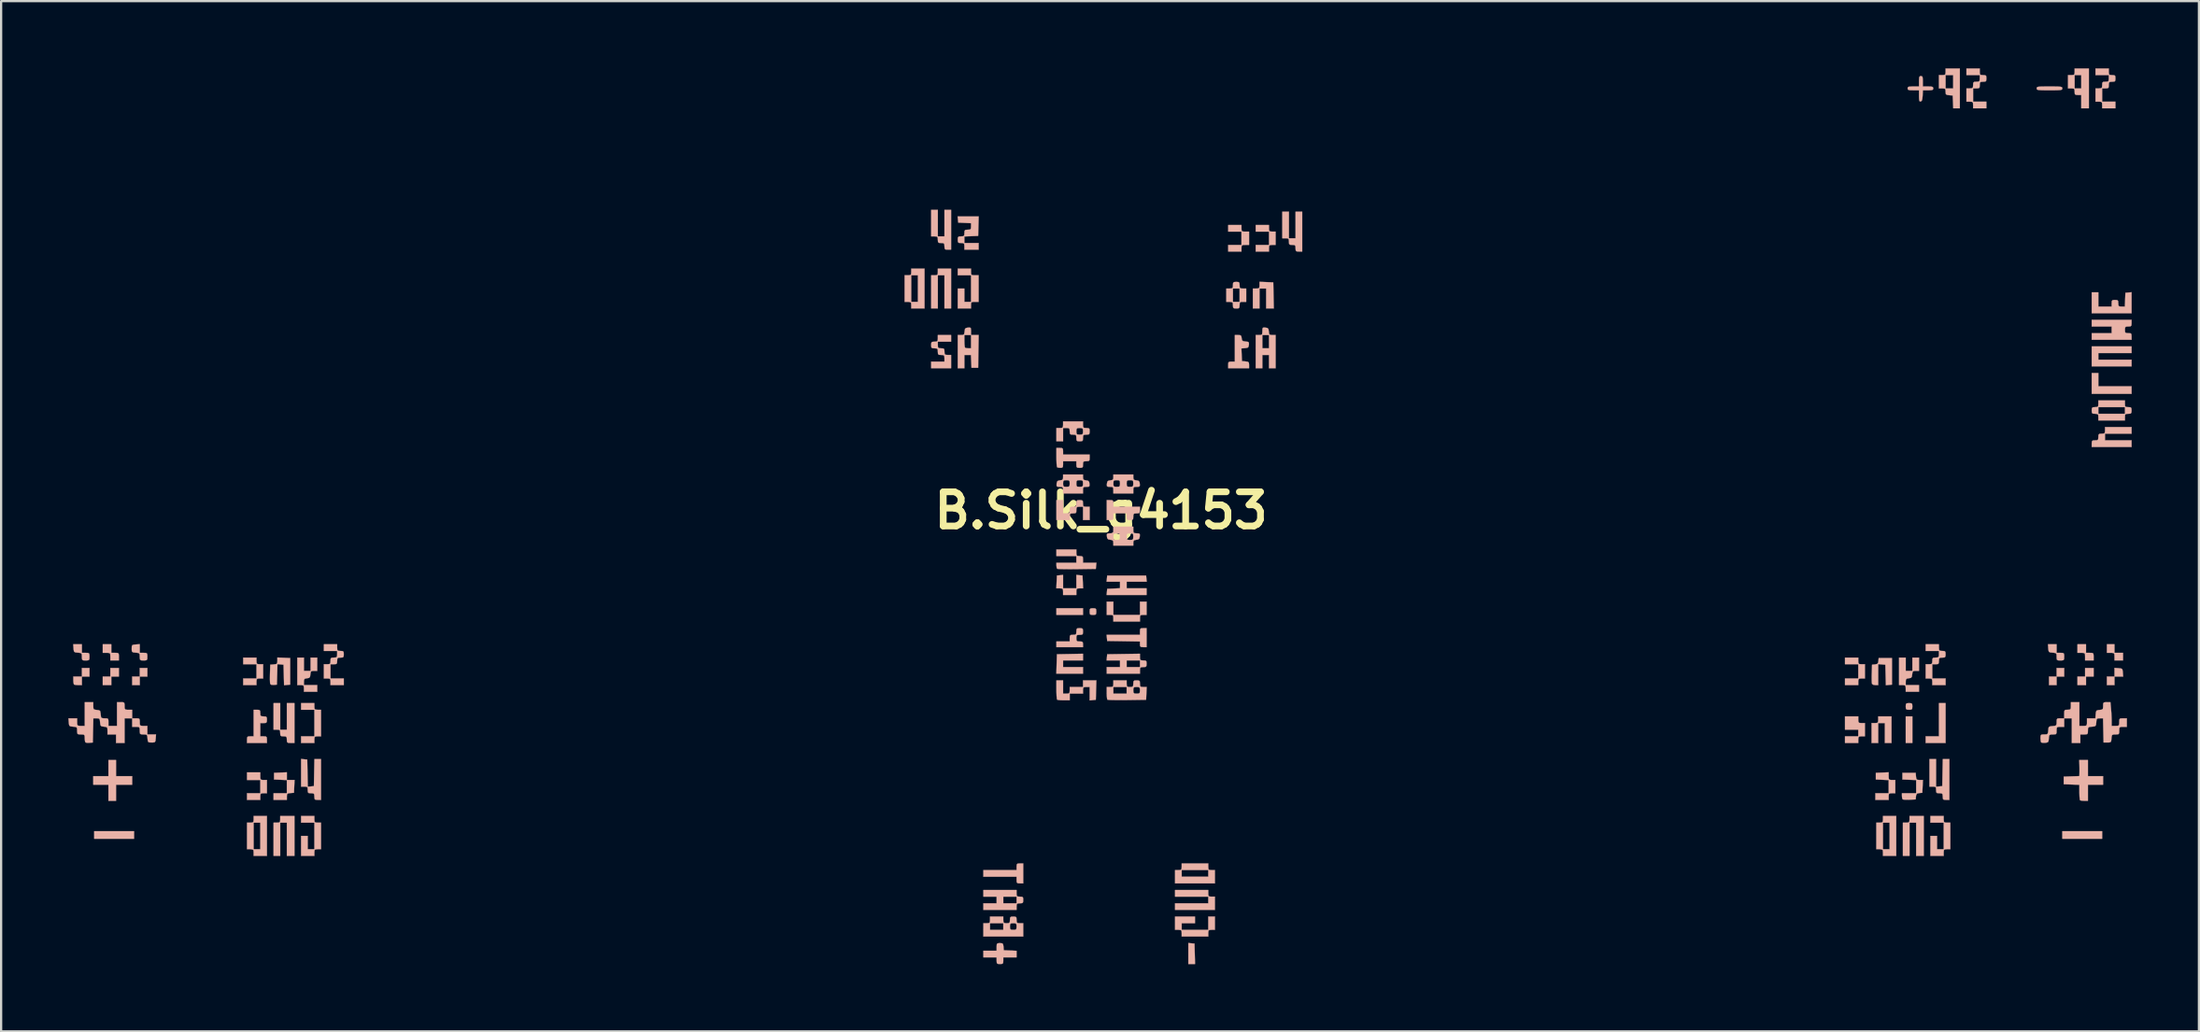
<source format=kicad_pcb>
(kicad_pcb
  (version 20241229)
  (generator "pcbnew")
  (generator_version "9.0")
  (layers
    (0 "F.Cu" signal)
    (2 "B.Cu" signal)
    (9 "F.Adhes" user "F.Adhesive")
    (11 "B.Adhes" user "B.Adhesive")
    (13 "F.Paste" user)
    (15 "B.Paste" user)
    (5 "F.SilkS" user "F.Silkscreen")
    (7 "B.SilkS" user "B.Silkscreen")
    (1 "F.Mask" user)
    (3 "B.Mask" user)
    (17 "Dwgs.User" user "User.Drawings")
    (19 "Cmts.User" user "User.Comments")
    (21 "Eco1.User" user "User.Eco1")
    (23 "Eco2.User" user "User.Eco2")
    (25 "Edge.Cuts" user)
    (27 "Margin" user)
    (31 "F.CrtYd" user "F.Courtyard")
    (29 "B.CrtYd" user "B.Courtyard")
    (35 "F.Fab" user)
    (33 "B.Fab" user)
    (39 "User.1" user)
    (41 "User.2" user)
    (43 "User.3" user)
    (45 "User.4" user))
  (footprint "B.Silk_g4153"
    (layer "F.Cu")
    (at 46.069 19.732)
    (property "Reference" "B.Silk_g4153" (at 0 0 0) (layer "F.SilkS") (effects (font (size 1.524 1.524) (thickness 0.3))))
    (attr through_hole)
    (fp_poly (pts (xy -45.127 7.408) (xy -45.466 7.408) (xy -45.466 7.027) (xy -45.127 7.027) (xy -45.127 7.408)) (stroke (width 0.01) (type solid)) (fill yes) (layer "B.SilkS"))
    (fp_poly (pts (xy -43.138 14.647) (xy -44.916 14.647) (xy -44.916 14.309) (xy -43.138 14.309) (xy -43.138 14.647)) (stroke (width 0.01) (type solid)) (fill yes) (layer "B.SilkS"))
    (fp_poly (pts (xy -42.884 7.789) (xy -43.222 7.789) (xy -43.222 7.408) (xy -42.884 7.408) (xy -42.884 7.789)) (stroke (width 0.01) (type solid)) (fill yes) (layer "B.SilkS"))
    (fp_poly (pts (xy -42.545 7.408) (xy -42.884 7.408) (xy -42.884 7.027) (xy -42.545 7.027) (xy -42.545 7.408)) (stroke (width 0.01) (type solid)) (fill yes) (layer "B.SilkS"))
    (fp_poly (pts (xy -0.804 4.657) (xy -1.99 4.657) (xy -1.99 4.36) (xy -0.804 4.36) (xy -0.804 4.657)) (stroke (width 0.01) (type solid)) (fill yes) (layer "B.SilkS"))
    (fp_poly (pts (xy 36.195 10.372) (xy 35.899 10.372) (xy 35.899 9.186) (xy 36.195 9.186) (xy 36.195 10.372)) (stroke (width 0.01) (type solid)) (fill yes) (layer "B.SilkS"))
    (fp_poly (pts (xy 42.63 7.789) (xy 42.291 7.789) (xy 42.291 7.408) (xy 42.63 7.408) (xy 42.63 7.789)) (stroke (width 0.01) (type solid)) (fill yes) (layer "B.SilkS"))
    (fp_poly (pts (xy 42.968 7.408) (xy 42.63 7.408) (xy 42.63 7.027) (xy 42.968 7.027) (xy 42.968 7.408)) (stroke (width 0.01) (type solid)) (fill yes) (layer "B.SilkS"))
    (fp_poly (pts (xy 44.662 14.647) (xy 42.884 14.647) (xy 42.884 14.309) (xy 44.662 14.309) (xy 44.662 14.647)) (stroke (width 0.01) (type solid)) (fill yes) (layer "B.SilkS"))
    (fp_poly (pts (xy 45.212 7.789) (xy 44.873 7.789) (xy 44.873 7.408) (xy 45.212 7.408) (xy 45.212 7.789)) (stroke (width 0.01) (type solid)) (fill yes) (layer "B.SilkS"))
    (fp_poly (pts (xy 4.032 19.312) (xy 4.17 19.325) (xy 4.182 19.78) (xy 4.194 20.235) (xy 3.895 20.235) (xy 3.895 19.299) (xy 4.032 19.312)) (stroke (width 0.01) (type solid)) (fill yes) (layer "B.SilkS"))
    (fp_poly (pts (xy 37.677 10.372) (xy 36.788 10.372) (xy 36.788 10.075) (xy 37.38 10.075) (xy 37.38 8.594) (xy 37.677 8.594) (xy 37.677 10.372)) (stroke (width 0.01) (type solid)) (fill yes) (layer "B.SilkS"))
    (fp_poly (pts (xy 44.492 -5.546) (xy 45.974 -5.546) (xy 45.974 -5.207) (xy 44.196 -5.207) (xy 44.196 -6.138) (xy 44.492 -6.138) (xy 44.492 -5.546)) (stroke (width 0.01) (type solid)) (fill yes) (layer "B.SilkS"))
    (fp_poly (pts (xy -43.815 7.408) (xy -44.154 7.408) (xy -44.154 7.789) (xy -44.535 7.789) (xy -44.535 7.408) (xy -44.196 7.408) (xy -44.196 7.027) (xy -43.815 7.027) (xy -43.815 7.408)) (stroke (width 0.01) (type solid)) (fill yes) (layer "B.SilkS"))
    (fp_poly (pts (xy 44.281 7.408) (xy 43.942 7.408) (xy 43.942 7.789) (xy 43.561 7.789) (xy 43.561 7.408) (xy 43.9 7.408) (xy 43.9 7.027) (xy 44.281 7.027) (xy 44.281 7.408)) (stroke (width 0.01) (type solid)) (fill yes) (layer "B.SilkS"))
    (fp_poly (pts (xy 45.392 7.035) (xy 45.505 7.048) (xy 45.559 7.08) (xy 45.579 7.157) (xy 45.585 7.228) (xy 45.598 7.408) (xy 45.212 7.408) (xy 45.212 7.022) (xy 45.392 7.035)) (stroke (width 0.01) (type solid)) (fill yes) (layer "B.SilkS"))
    (fp_poly (pts (xy 45.974 -7.027) (xy 44.492 -7.027) (xy 44.492 -6.731) (xy 45.974 -6.731) (xy 45.974 -6.435) (xy 44.196 -6.435) (xy 44.196 -7.324) (xy 45.974 -7.324) (xy 45.974 -7.027)) (stroke (width 0.01) (type solid)) (fill yes) (layer "B.SilkS"))
    (fp_poly (pts (xy -0.804 6.689) (xy -1.693 6.689) (xy -1.693 6.985) (xy -0.804 6.985) (xy -0.804 7.281) (xy -1.993 7.281) (xy -1.968 6.413) (xy -1.386 6.402) (xy -0.804 6.39) (xy -0.804 6.689)) (stroke (width 0.01) (type solid)) (fill yes) (layer "B.SilkS"))
    (fp_poly (pts (xy -45.466 7.789) (xy -45.628 7.789) (xy -45.74 7.783) (xy -45.812 7.766) (xy -45.819 7.761) (xy -45.837 7.704) (xy -45.847 7.598) (xy -45.847 7.571) (xy -45.847 7.408) (xy -45.466 7.408) (xy -45.466 7.789)) (stroke (width 0.01) (type solid)) (fill yes) (layer "B.SilkS"))
    (fp_poly (pts (xy -43.942 11.853) (xy -43.222 11.853) (xy -43.222 12.234) (xy -43.942 12.234) (xy -43.942 12.954) (xy -44.281 12.954) (xy -44.281 12.234) (xy -44.958 12.234) (xy -44.958 11.853) (xy -44.281 11.853) (xy -44.281 11.134) (xy -43.942 11.134) (xy -43.942 11.853)) (stroke (width 0.01) (type solid)) (fill yes) (layer "B.SilkS"))
    (fp_poly (pts (xy 45.212 6.35) (xy 45.593 6.35) (xy 45.593 6.689) (xy 45.212 6.689) (xy 45.212 6.519) (xy 45.208 6.411) (xy 45.179 6.363) (xy 45.102 6.35) (xy 45.043 6.35) (xy 44.873 6.35) (xy 44.873 5.969) (xy 45.212 5.969) (xy 45.212 6.35)) (stroke (width 0.01) (type solid)) (fill yes) (layer "B.SilkS"))
    (fp_poly (pts (xy -35.983 15.409) (xy -36.322 15.409) (xy -36.322 13.928) (xy -36.618 13.928) (xy -36.618 15.409) (xy -36.915 15.409) (xy -36.915 13.928) (xy -36.767 13.928) (xy -36.667 13.921) (xy -36.626 13.884) (xy -36.618 13.791) (xy -36.618 13.78) (xy -36.618 13.631) (xy -35.983 13.631) (xy -35.983 15.409)) (stroke (width 0.01) (type solid)) (fill yes) (layer "B.SilkS"))
    (fp_poly (pts (xy -6.689 -9.017) (xy -6.985 -9.017) (xy -6.985 -10.499) (xy -7.281 -10.499) (xy -7.281 -9.017) (xy -7.578 -9.017) (xy -7.578 -10.499) (xy -7.429 -10.499) (xy -7.33 -10.505) (xy -7.289 -10.542) (xy -7.281 -10.636) (xy -7.281 -10.647) (xy -7.281 -10.795) (xy -6.689 -10.795) (xy -6.689 -9.017)) (stroke (width 0.01) (type solid)) (fill yes) (layer "B.SilkS"))
    (fp_poly (pts (xy 4.784 17.081) (xy 4.79 17.181) (xy 4.827 17.222) (xy 4.921 17.23) (xy 4.932 17.23) (xy 5.08 17.23) (xy 5.08 17.822) (xy 3.302 17.822) (xy 3.302 17.526) (xy 4.784 17.526) (xy 4.784 17.23) (xy 3.302 17.23) (xy 3.302 16.933) (xy 4.784 16.933) (xy 4.784 17.081)) (stroke (width 0.01) (type solid)) (fill yes) (layer "B.SilkS"))
    (fp_poly (pts (xy 35.264 10.372) (xy 34.967 10.372) (xy 34.967 9.483) (xy 34.671 9.483) (xy 34.671 10.372) (xy 34.375 10.372) (xy 34.375 9.483) (xy 34.523 9.483) (xy 34.622 9.476) (xy 34.663 9.439) (xy 34.671 9.346) (xy 34.671 9.335) (xy 34.671 9.186) (xy 35.264 9.186) (xy 35.264 10.372)) (stroke (width 0.01) (type solid)) (fill yes) (layer "B.SilkS"))
    (fp_poly (pts (xy 36.703 15.409) (xy 36.364 15.409) (xy 36.364 13.928) (xy 36.068 13.928) (xy 36.068 15.409) (xy 35.772 15.409) (xy 35.772 13.928) (xy 35.92 13.928) (xy 36.019 13.921) (xy 36.06 13.884) (xy 36.068 13.791) (xy 36.068 13.78) (xy 36.068 13.631) (xy 36.703 13.631) (xy 36.703 15.409)) (stroke (width 0.01) (type solid)) (fill yes) (layer "B.SilkS"))
    (fp_poly (pts (xy 7.377 -10.194) (xy 7.684 -10.181) (xy 7.707 -9.017) (xy 7.366 -9.017) (xy 7.366 -9.906) (xy 7.07 -9.906) (xy 7.07 -9.017) (xy 6.773 -9.017) (xy 6.773 -9.906) (xy 6.921 -9.906) (xy 7.02 -9.912) (xy 7.061 -9.949) (xy 7.07 -10.041) (xy 7.07 -10.056) (xy 7.07 -10.206) (xy 7.377 -10.194)) (stroke (width 0.01) (type solid)) (fill yes) (layer "B.SilkS"))
    (fp_poly (pts (xy -44.154 6.35) (xy -43.984 6.35) (xy -43.876 6.354) (xy -43.828 6.383) (xy -43.815 6.46) (xy -43.815 6.519) (xy -43.815 6.689) (xy -44.196 6.689) (xy -44.196 6.519) (xy -44.2 6.411) (xy -44.229 6.363) (xy -44.306 6.35) (xy -44.365 6.35) (xy -44.535 6.35) (xy -44.535 5.969) (xy -44.154 5.969) (xy -44.154 6.35)) (stroke (width 0.01) (type solid)) (fill yes) (layer "B.SilkS"))
    (fp_poly (pts (xy -3.471 16.637) (xy -3.619 16.637) (xy -3.719 16.63) (xy -3.76 16.593) (xy -3.768 16.5) (xy -3.768 16.489) (xy -3.768 16.341) (xy -5.249 16.341) (xy -5.249 16.044) (xy -3.768 16.044) (xy -3.768 15.896) (xy -3.761 15.797) (xy -3.724 15.756) (xy -3.631 15.748) (xy -3.619 15.748) (xy -3.471 15.748) (xy -3.471 16.637)) (stroke (width 0.01) (type solid)) (fill yes) (layer "B.SilkS"))
    (fp_poly (pts (xy -0.261 4.367) (xy -0.22 4.404) (xy -0.212 4.497) (xy -0.212 4.508) (xy -0.218 4.608) (xy -0.255 4.649) (xy -0.349 4.657) (xy -0.36 4.657) (xy -0.459 4.65) (xy -0.5 4.613) (xy -0.508 4.52) (xy -0.508 4.508) (xy -0.501 4.409) (xy -0.464 4.368) (xy -0.371 4.36) (xy -0.36 4.36) (xy -0.261 4.367)) (stroke (width 0.01) (type solid)) (fill yes) (layer "B.SilkS"))
    (fp_poly (pts (xy 2.024 3.037) (xy 2.037 3.175) (xy 1.143 3.175) (xy 1.143 3.471) (xy 2.032 3.471) (xy 2.032 3.768) (xy 0.249 3.768) (xy 0.262 3.63) (xy 0.275 3.493) (xy 0.561 3.48) (xy 0.847 3.467) (xy 0.847 3.175) (xy 0.249 3.175) (xy 0.262 3.037) (xy 0.275 2.9) (xy 2.011 2.9) (xy 2.024 3.037)) (stroke (width 0.01) (type solid)) (fill yes) (layer "B.SilkS"))
    (fp_poly (pts (xy 36.146 8.6) (xy 36.187 8.637) (xy 36.195 8.731) (xy 36.195 8.742) (xy 36.188 8.841) (xy 36.151 8.882) (xy 36.058 8.89) (xy 36.047 8.89) (xy 35.948 8.883) (xy 35.907 8.846) (xy 35.899 8.753) (xy 35.899 8.742) (xy 35.905 8.643) (xy 35.942 8.602) (xy 36.036 8.594) (xy 36.047 8.594) (xy 36.146 8.6)) (stroke (width 0.01) (type solid)) (fill yes) (layer "B.SilkS"))
    (fp_poly (pts (xy 43.942 6.35) (xy 44.111 6.35) (xy 44.22 6.354) (xy 44.268 6.383) (xy 44.28 6.46) (xy 44.281 6.519) (xy 44.281 6.689) (xy 43.9 6.689) (xy 43.9 6.519) (xy 43.896 6.411) (xy 43.867 6.363) (xy 43.79 6.35) (xy 43.73 6.35) (xy 43.561 6.35) (xy 43.561 5.969) (xy 43.942 5.969) (xy 43.942 6.35)) (stroke (width 0.01) (type solid)) (fill yes) (layer "B.SilkS"))
    (fp_poly (pts (xy 2.032 6.096) (xy 1.884 6.096) (xy 1.784 6.089) (xy 1.743 6.053) (xy 1.736 5.97) (xy 1.736 5.844) (xy 1.005 5.832) (xy 0.275 5.821) (xy 0.262 5.683) (xy 0.249 5.546) (xy 1.736 5.546) (xy 1.736 5.397) (xy 1.742 5.298) (xy 1.779 5.257) (xy 1.873 5.249) (xy 1.884 5.249) (xy 2.032 5.249) (xy 2.032 6.096)) (stroke (width 0.01) (type solid)) (fill yes) (layer "B.SilkS"))
    (fp_poly (pts (xy -36.322 12.023) (xy -35.979 12.023) (xy -35.992 12.308) (xy -36.005 12.594) (xy -36.163 12.607) (xy -36.267 12.622) (xy -36.312 12.66) (xy -36.322 12.745) (xy -36.322 12.766) (xy -36.322 12.912) (xy -36.915 12.912) (xy -36.915 12.615) (xy -36.322 12.615) (xy -36.322 12.027) (xy -36.608 12.014) (xy -36.894 12.002) (xy -36.894 11.705) (xy -36.608 11.693) (xy -36.322 11.68) (xy -36.322 12.023)) (stroke (width 0.01) (type solid)) (fill yes) (layer "B.SilkS"))
    (fp_poly (pts (xy -37.677 6.71) (xy -37.67 6.809) (xy -37.633 6.85) (xy -37.54 6.858) (xy -37.529 6.858) (xy -37.38 6.858) (xy -37.38 7.493) (xy -37.529 7.493) (xy -37.628 7.5) (xy -37.669 7.537) (xy -37.677 7.63) (xy -37.677 7.641) (xy -37.677 7.789) (xy -38.269 7.789) (xy -38.269 7.493) (xy -37.677 7.493) (xy -37.677 6.858) (xy -38.269 6.858) (xy -38.269 6.562) (xy -37.677 6.562) (xy -37.677 6.71)) (stroke (width 0.01) (type solid)) (fill yes) (layer "B.SilkS"))
    (fp_poly (pts (xy -37.507 11.853) (xy -37.503 11.962) (xy -37.475 12.01) (xy -37.403 12.022) (xy -37.359 12.023) (xy -37.211 12.023) (xy -37.211 12.615) (xy -37.359 12.615) (xy -37.458 12.622) (xy -37.499 12.659) (xy -37.507 12.752) (xy -37.507 12.764) (xy -37.507 12.912) (xy -38.1 12.912) (xy -38.1 12.615) (xy -37.507 12.615) (xy -37.507 12.023) (xy -38.1 12.023) (xy -38.1 11.684) (xy -37.507 11.684) (xy -37.507 11.853)) (stroke (width 0.01) (type solid)) (fill yes) (layer "B.SilkS"))
    (fp_poly (pts (xy -35.094 8.742) (xy -35.088 8.841) (xy -35.051 8.882) (xy -34.957 8.89) (xy -34.946 8.89) (xy -34.798 8.89) (xy -34.798 10.075) (xy -34.946 10.075) (xy -35.045 10.082) (xy -35.086 10.119) (xy -35.094 10.212) (xy -35.094 10.223) (xy -35.094 10.372) (xy -35.687 10.372) (xy -35.687 10.075) (xy -35.094 10.075) (xy -35.094 8.89) (xy -35.687 8.89) (xy -35.687 8.594) (xy -35.094 8.594) (xy -35.094 8.742)) (stroke (width 0.01) (type solid)) (fill yes) (layer "B.SilkS"))
    (fp_poly (pts (xy 0.55 4.657) (xy 1.736 4.657) (xy 1.736 4.064) (xy 2.032 4.064) (xy 2.032 4.657) (xy 1.884 4.657) (xy 1.785 4.663) (xy 1.744 4.7) (xy 1.736 4.794) (xy 1.736 4.805) (xy 1.736 4.953) (xy 0.55 4.953) (xy 0.55 4.805) (xy 0.544 4.706) (xy 0.507 4.665) (xy 0.413 4.657) (xy 0.402 4.657) (xy 0.254 4.657) (xy 0.254 4.064) (xy 0.55 4.064) (xy 0.55 4.657)) (stroke (width 0.01) (type solid)) (fill yes) (layer "B.SilkS"))
    (fp_poly (pts (xy 6.265 -12.594) (xy 6.27 -12.499) (xy 6.302 -12.457) (xy 6.385 -12.446) (xy 6.435 -12.446) (xy 6.604 -12.446) (xy 6.604 -11.853) (xy 6.435 -11.853) (xy 6.326 -11.849) (xy 6.278 -11.821) (xy 6.266 -11.749) (xy 6.265 -11.705) (xy 6.265 -11.557) (xy 5.673 -11.557) (xy 5.673 -11.853) (xy 6.265 -11.853) (xy 6.265 -12.446) (xy 5.673 -12.446) (xy 5.673 -12.742) (xy 6.265 -12.742) (xy 6.265 -12.594)) (stroke (width 0.01) (type solid)) (fill yes) (layer "B.SilkS"))
    (fp_poly (pts (xy 7.493 -12.594) (xy 7.5 -12.495) (xy 7.537 -12.454) (xy 7.63 -12.446) (xy 7.641 -12.446) (xy 7.789 -12.446) (xy 7.789 -11.853) (xy 7.641 -11.853) (xy 7.542 -11.847) (xy 7.501 -11.81) (xy 7.493 -11.716) (xy 7.493 -11.705) (xy 7.493 -11.557) (xy 6.9 -11.557) (xy 6.9 -11.853) (xy 7.493 -11.853) (xy 7.493 -12.446) (xy 6.9 -12.446) (xy 6.9 -12.742) (xy 7.493 -12.742) (xy 7.493 -12.594)) (stroke (width 0.01) (type solid)) (fill yes) (layer "B.SilkS"))
    (fp_poly (pts (xy 33.782 6.71) (xy 33.789 6.809) (xy 33.826 6.85) (xy 33.919 6.858) (xy 33.93 6.858) (xy 34.078 6.858) (xy 34.078 7.493) (xy 33.93 7.493) (xy 33.831 7.5) (xy 33.79 7.537) (xy 33.782 7.63) (xy 33.782 7.641) (xy 33.782 7.789) (xy 33.189 7.789) (xy 33.189 7.493) (xy 33.782 7.493) (xy 33.782 6.858) (xy 33.189 6.858) (xy 33.189 6.562) (xy 33.782 6.562) (xy 33.782 6.71)) (stroke (width 0.01) (type solid)) (fill yes) (layer "B.SilkS"))
    (fp_poly (pts (xy 33.782 9.335) (xy 33.789 9.434) (xy 33.826 9.475) (xy 33.919 9.483) (xy 33.93 9.483) (xy 34.078 9.483) (xy 34.078 10.075) (xy 33.93 10.075) (xy 33.831 10.082) (xy 33.79 10.119) (xy 33.782 10.212) (xy 33.782 10.223) (xy 33.782 10.372) (xy 33.189 10.372) (xy 33.189 10.075) (xy 33.782 10.075) (xy 33.782 9.779) (xy 33.189 9.779) (xy 33.189 9.186) (xy 33.782 9.186) (xy 33.782 9.335)) (stroke (width 0.01) (type solid)) (fill yes) (layer "B.SilkS"))
    (fp_poly (pts (xy 35.285 7.768) (xy 35.149 7.781) (xy 35.013 7.794) (xy 35.001 7.337) (xy 34.989 6.879) (xy 34.671 6.853) (xy 34.671 7.789) (xy 34.543 7.789) (xy 34.445 7.773) (xy 34.393 7.733) (xy 34.385 7.668) (xy 34.381 7.541) (xy 34.381 7.373) (xy 34.384 7.278) (xy 34.396 6.879) (xy 34.531 6.866) (xy 34.627 6.845) (xy 34.668 6.788) (xy 34.679 6.718) (xy 34.692 6.583) (xy 35.285 6.583) (xy 35.285 7.768)) (stroke (width 0.01) (type solid)) (fill yes) (layer "B.SilkS"))
    (fp_poly (pts (xy -37.211 15.409) (xy -37.804 15.409) (xy -37.804 15.261) (xy -37.81 15.162) (xy -37.847 15.121) (xy -37.941 15.113) (xy -37.952 15.113) (xy -38.1 15.113) (xy -38.1 13.928) (xy -37.952 13.928) (xy -37.804 13.928) (xy -37.804 15.113) (xy -37.507 15.113) (xy -37.507 13.928) (xy -37.804 13.928) (xy -37.952 13.928) (xy -37.853 13.921) (xy -37.812 13.884) (xy -37.804 13.791) (xy -37.804 13.78) (xy -37.804 13.631) (xy -37.211 13.631) (xy -37.211 15.409)) (stroke (width 0.01) (type solid)) (fill yes) (layer "B.SilkS"))
    (fp_poly (pts (xy -35.094 13.78) (xy -35.088 13.879) (xy -35.051 13.92) (xy -34.957 13.928) (xy -34.946 13.928) (xy -34.798 13.928) (xy -34.798 15.113) (xy -34.946 15.113) (xy -35.045 15.12) (xy -35.086 15.157) (xy -35.094 15.25) (xy -35.094 15.261) (xy -35.094 15.409) (xy -35.687 15.409) (xy -35.687 14.52) (xy -35.391 14.52) (xy -35.391 15.113) (xy -35.094 15.113) (xy -35.094 13.928) (xy -35.687 13.928) (xy -35.687 13.631) (xy -35.094 13.631) (xy -35.094 13.78)) (stroke (width 0.01) (type solid)) (fill yes) (layer "B.SilkS"))
    (fp_poly (pts (xy -7.874 -9.017) (xy -8.467 -9.017) (xy -8.467 -9.165) (xy -8.473 -9.264) (xy -8.51 -9.305) (xy -8.604 -9.313) (xy -8.615 -9.313) (xy -8.763 -9.313) (xy -8.763 -10.499) (xy -8.615 -10.499) (xy -8.467 -10.499) (xy -8.467 -9.313) (xy -8.17 -9.313) (xy -8.17 -10.499) (xy -8.467 -10.499) (xy -8.615 -10.499) (xy -8.516 -10.505) (xy -8.475 -10.542) (xy -8.467 -10.636) (xy -8.467 -10.647) (xy -8.467 -10.795) (xy -7.874 -10.795) (xy -7.874 -9.017)) (stroke (width 0.01) (type solid)) (fill yes) (layer "B.SilkS"))
    (fp_poly (pts (xy -5.8 -10.647) (xy -5.795 -10.552) (xy -5.763 -10.51) (xy -5.68 -10.499) (xy -5.63 -10.499) (xy -5.461 -10.499) (xy -5.461 -9.313) (xy -5.63 -9.313) (xy -5.739 -9.309) (xy -5.787 -9.281) (xy -5.799 -9.209) (xy -5.8 -9.165) (xy -5.8 -9.017) (xy -6.392 -9.017) (xy -6.392 -9.906) (xy -6.096 -9.906) (xy -6.096 -9.313) (xy -5.8 -9.313) (xy -5.8 -10.499) (xy -6.392 -10.499) (xy -6.392 -10.795) (xy -5.8 -10.795) (xy -5.8 -10.647)) (stroke (width 0.01) (type solid)) (fill yes) (layer "B.SilkS"))
    (fp_poly (pts (xy 4.191 18.415) (xy 3.598 18.415) (xy 3.598 18.711) (xy 4.784 18.711) (xy 4.784 18.119) (xy 5.08 18.119) (xy 5.08 18.711) (xy 4.932 18.711) (xy 4.833 18.718) (xy 4.792 18.755) (xy 4.784 18.848) (xy 4.784 18.86) (xy 4.784 19.008) (xy 3.598 19.008) (xy 3.598 18.86) (xy 3.592 18.76) (xy 3.555 18.719) (xy 3.461 18.711) (xy 3.45 18.711) (xy 3.302 18.711) (xy 3.302 18.119) (xy 4.191 18.119) (xy 4.191 18.415)) (stroke (width 0.01) (type solid)) (fill yes) (layer "B.SilkS"))
    (fp_poly (pts (xy 4.784 15.896) (xy 4.79 15.995) (xy 4.827 16.036) (xy 4.921 16.044) (xy 4.932 16.044) (xy 5.08 16.044) (xy 5.08 16.637) (xy 3.302 16.637) (xy 3.302 16.044) (xy 3.45 16.044) (xy 3.598 16.044) (xy 3.598 16.341) (xy 4.784 16.341) (xy 4.784 16.044) (xy 3.598 16.044) (xy 3.45 16.044) (xy 3.549 16.038) (xy 3.59 16.001) (xy 3.598 15.907) (xy 3.598 15.896) (xy 3.598 15.748) (xy 4.784 15.748) (xy 4.784 15.896)) (stroke (width 0.01) (type solid)) (fill yes) (layer "B.SilkS"))
    (fp_poly (pts (xy 35.137 11.851) (xy 35.141 11.961) (xy 35.168 12.009) (xy 35.239 12.022) (xy 35.285 12.023) (xy 35.433 12.023) (xy 35.433 12.615) (xy 35.285 12.615) (xy 35.186 12.622) (xy 35.145 12.659) (xy 35.137 12.752) (xy 35.137 12.764) (xy 35.137 12.912) (xy 34.544 12.912) (xy 34.544 12.615) (xy 35.137 12.615) (xy 35.137 12.027) (xy 34.851 12.014) (xy 34.565 12.002) (xy 34.565 11.705) (xy 34.851 11.693) (xy 35.137 11.68) (xy 35.137 11.851)) (stroke (width 0.01) (type solid)) (fill yes) (layer "B.SilkS"))
    (fp_poly (pts (xy 35.475 15.409) (xy 34.883 15.409) (xy 34.883 15.261) (xy 34.876 15.162) (xy 34.839 15.121) (xy 34.746 15.113) (xy 34.734 15.113) (xy 34.586 15.113) (xy 34.586 13.928) (xy 34.734 13.928) (xy 34.883 13.928) (xy 34.883 15.113) (xy 35.179 15.113) (xy 35.179 13.928) (xy 34.883 13.928) (xy 34.734 13.928) (xy 34.834 13.921) (xy 34.875 13.884) (xy 34.883 13.791) (xy 34.883 13.78) (xy 34.883 13.631) (xy 35.475 13.631) (xy 35.475 15.409)) (stroke (width 0.01) (type solid)) (fill yes) (layer "B.SilkS"))
    (fp_poly (pts (xy 37.592 13.78) (xy 37.599 13.879) (xy 37.636 13.92) (xy 37.729 13.928) (xy 37.74 13.928) (xy 37.888 13.928) (xy 37.888 15.113) (xy 37.74 15.113) (xy 37.641 15.12) (xy 37.6 15.157) (xy 37.592 15.25) (xy 37.592 15.261) (xy 37.592 15.409) (xy 36.999 15.409) (xy 36.999 14.52) (xy 37.296 14.52) (xy 37.296 15.113) (xy 37.592 15.113) (xy 37.592 13.928) (xy 36.999 13.928) (xy 36.999 13.631) (xy 37.592 13.631) (xy 37.592 13.78)) (stroke (width 0.01) (type solid)) (fill yes) (layer "B.SilkS"))
    (fp_poly (pts (xy -0.826 2.9) (xy -0.813 3.186) (xy -0.8 3.471) (xy -0.951 3.471) (xy -1.051 3.478) (xy -1.092 3.514) (xy -1.101 3.605) (xy -1.101 3.619) (xy -1.101 3.768) (xy -1.693 3.768) (xy -1.693 3.619) (xy -1.7 3.521) (xy -1.736 3.48) (xy -1.828 3.471) (xy -1.843 3.471) (xy -1.994 3.471) (xy -1.981 3.186) (xy -1.968 2.9) (xy -1.831 2.887) (xy -1.693 2.873) (xy -1.693 3.471) (xy -1.101 3.471) (xy -1.101 2.873) (xy -0.826 2.9)) (stroke (width 0.01) (type solid)) (fill yes) (layer "B.SilkS"))
    (fp_poly (pts (xy 45.974 -8.805) (xy 44.196 -8.805) (xy 44.196 -9.737) (xy 44.492 -9.737) (xy 44.492 -9.102) (xy 45.085 -9.102) (xy 45.085 -9.25) (xy 45.092 -9.349) (xy 45.129 -9.39) (xy 45.222 -9.398) (xy 45.233 -9.398) (xy 45.332 -9.391) (xy 45.373 -9.354) (xy 45.381 -9.261) (xy 45.381 -9.25) (xy 45.388 -9.151) (xy 45.425 -9.11) (xy 45.518 -9.102) (xy 45.528 -9.102) (xy 45.674 -9.102) (xy 45.699 -9.716) (xy 45.836 -9.729) (xy 45.974 -9.742) (xy 45.974 -8.805)) (stroke (width 0.01) (type solid)) (fill yes) (layer "B.SilkS"))
    (fp_poly (pts (xy -45.466 6.35) (xy -45.297 6.35) (xy -45.188 6.354) (xy -45.14 6.383) (xy -45.128 6.46) (xy -45.127 6.519) (xy -45.131 6.628) (xy -45.16 6.676) (xy -45.237 6.688) (xy -45.297 6.689) (xy -45.405 6.685) (xy -45.453 6.656) (xy -45.466 6.579) (xy -45.466 6.522) (xy -45.47 6.417) (xy -45.498 6.367) (xy -45.574 6.348) (xy -45.646 6.342) (xy -45.759 6.33) (xy -45.813 6.298) (xy -45.833 6.221) (xy -45.839 6.149) (xy -45.852 5.969) (xy -45.466 5.969) (xy -45.466 6.35)) (stroke (width 0.01) (type solid)) (fill yes) (layer "B.SilkS"))
    (fp_poly (pts (xy -36.174 6.583) (xy -36.174 7.768) (xy -36.31 7.781) (xy -36.446 7.794) (xy -36.458 7.337) (xy -36.47 6.879) (xy -36.606 6.866) (xy -36.742 6.853) (xy -36.754 7.311) (xy -36.767 7.768) (xy -36.904 7.781) (xy -37.019 7.774) (xy -37.065 7.736) (xy -37.073 7.67) (xy -37.078 7.541) (xy -37.077 7.372) (xy -37.075 7.278) (xy -37.063 6.879) (xy -36.904 6.866) (xy -36.8 6.851) (xy -36.756 6.814) (xy -36.745 6.728) (xy -36.745 6.705) (xy -36.745 6.558) (xy -36.174 6.583)) (stroke (width 0.01) (type solid)) (fill yes) (layer "B.SilkS"))
    (fp_poly (pts (xy 42.63 6.35) (xy 42.799 6.35) (xy 42.907 6.354) (xy 42.956 6.383) (xy 42.968 6.46) (xy 42.968 6.519) (xy 42.964 6.628) (xy 42.936 6.676) (xy 42.858 6.688) (xy 42.799 6.689) (xy 42.691 6.685) (xy 42.642 6.656) (xy 42.63 6.579) (xy 42.63 6.522) (xy 42.626 6.417) (xy 42.597 6.367) (xy 42.521 6.348) (xy 42.45 6.342) (xy 42.337 6.33) (xy 42.283 6.298) (xy 42.263 6.221) (xy 42.257 6.149) (xy 42.244 5.969) (xy 42.63 5.969) (xy 42.63 6.35)) (stroke (width 0.01) (type solid)) (fill yes) (layer "B.SilkS"))
    (fp_poly (pts (xy -36.618 9.779) (xy -36.322 9.779) (xy -36.322 8.594) (xy -35.983 8.594) (xy -35.983 10.372) (xy -36.153 10.372) (xy -36.261 10.367) (xy -36.309 10.339) (xy -36.322 10.267) (xy -36.322 10.223) (xy -36.329 10.124) (xy -36.366 10.083) (xy -36.459 10.075) (xy -36.47 10.075) (xy -36.569 10.069) (xy -36.61 10.032) (xy -36.618 9.938) (xy -36.618 9.927) (xy -36.625 9.828) (xy -36.662 9.787) (xy -36.755 9.779) (xy -36.767 9.779) (xy -36.915 9.779) (xy -36.915 8.594) (xy -36.618 8.594) (xy -36.618 9.779)) (stroke (width 0.01) (type solid)) (fill yes) (layer "B.SilkS"))
    (fp_poly (pts (xy -7.281 -12.234) (xy -6.985 -12.234) (xy -6.985 -13.42) (xy -6.689 -13.42) (xy -6.689 -11.642) (xy -6.837 -11.642) (xy -6.936 -11.648) (xy -6.977 -11.685) (xy -6.985 -11.779) (xy -6.985 -11.79) (xy -6.992 -11.889) (xy -7.029 -11.93) (xy -7.122 -11.938) (xy -7.133 -11.938) (xy -7.232 -11.945) (xy -7.273 -11.982) (xy -7.281 -12.075) (xy -7.281 -12.086) (xy -7.288 -12.185) (xy -7.325 -12.226) (xy -7.418 -12.234) (xy -7.429 -12.234) (xy -7.578 -12.234) (xy -7.578 -13.42) (xy -7.281 -13.42) (xy -7.281 -12.234)) (stroke (width 0.01) (type solid)) (fill yes) (layer "B.SilkS"))
    (fp_poly (pts (xy 8.382 -12.15) (xy 8.678 -12.15) (xy 8.678 -13.335) (xy 8.975 -13.335) (xy 8.975 -11.557) (xy 8.826 -11.557) (xy 8.727 -11.564) (xy 8.686 -11.601) (xy 8.678 -11.694) (xy 8.678 -11.705) (xy 8.672 -11.804) (xy 8.635 -11.845) (xy 8.541 -11.853) (xy 8.53 -11.853) (xy 8.431 -11.86) (xy 8.39 -11.897) (xy 8.382 -11.99) (xy 8.382 -12.002) (xy 8.375 -12.101) (xy 8.338 -12.142) (xy 8.245 -12.15) (xy 8.234 -12.15) (xy 8.086 -12.15) (xy 8.086 -13.335) (xy 8.382 -13.335) (xy 8.382 -12.15)) (stroke (width 0.01) (type solid)) (fill yes) (layer "B.SilkS"))
    (fp_poly (pts (xy 36.356 11.864) (xy 36.371 11.968) (xy 36.409 12.012) (xy 36.495 12.023) (xy 36.517 12.023) (xy 36.665 12.023) (xy 36.652 12.308) (xy 36.639 12.594) (xy 36.504 12.607) (xy 36.408 12.628) (xy 36.367 12.686) (xy 36.356 12.755) (xy 36.343 12.89) (xy 36.066 12.903) (xy 35.92 12.905) (xy 35.809 12.898) (xy 35.759 12.885) (xy 35.737 12.825) (xy 35.729 12.735) (xy 35.729 12.615) (xy 36.364 12.615) (xy 36.364 12.026) (xy 35.751 12.002) (xy 35.751 11.705) (xy 36.343 11.705) (xy 36.356 11.864)) (stroke (width 0.01) (type solid)) (fill yes) (layer "B.SilkS"))
    (fp_poly (pts (xy 44.027 11.853) (xy 44.704 11.853) (xy 44.704 12.234) (xy 44.027 12.234) (xy 44.027 12.954) (xy 43.864 12.954) (xy 43.753 12.947) (xy 43.681 12.931) (xy 43.674 12.926) (xy 43.661 12.873) (xy 43.651 12.758) (xy 43.646 12.603) (xy 43.646 12.568) (xy 43.646 12.238) (xy 43.296 12.225) (xy 42.947 12.213) (xy 42.947 11.874) (xy 43.296 11.862) (xy 43.646 11.85) (xy 43.65 11.672) (xy 43.65 11.504) (xy 43.647 11.331) (xy 43.646 11.314) (xy 43.639 11.134) (xy 44.027 11.134) (xy 44.027 11.853)) (stroke (width 0.01) (type solid)) (fill yes) (layer "B.SilkS"))
    (fp_poly (pts (xy 45.974 -8.361) (xy 45.967 -8.262) (xy 45.93 -8.221) (xy 45.837 -8.213) (xy 45.826 -8.213) (xy 45.727 -8.206) (xy 45.686 -8.169) (xy 45.678 -8.076) (xy 45.678 -8.065) (xy 45.684 -7.965) (xy 45.721 -7.924) (xy 45.815 -7.916) (xy 45.826 -7.916) (xy 45.925 -7.91) (xy 45.966 -7.873) (xy 45.974 -7.779) (xy 45.974 -7.768) (xy 45.974 -7.62) (xy 44.196 -7.62) (xy 44.196 -7.916) (xy 45.085 -7.916) (xy 45.085 -8.213) (xy 44.196 -8.213) (xy 44.196 -8.509) (xy 45.974 -8.509) (xy 45.974 -8.361)) (stroke (width 0.01) (type solid)) (fill yes) (layer "B.SilkS"))
    (fp_poly (pts (xy 45.974 -3.429) (xy 44.789 -3.429) (xy 44.789 -3.133) (xy 45.974 -3.133) (xy 45.974 -2.836) (xy 44.196 -2.836) (xy 44.196 -2.985) (xy 44.203 -3.084) (xy 44.24 -3.125) (xy 44.333 -3.133) (xy 44.344 -3.133) (xy 44.443 -3.139) (xy 44.484 -3.176) (xy 44.492 -3.27) (xy 44.492 -3.281) (xy 44.499 -3.38) (xy 44.536 -3.421) (xy 44.629 -3.429) (xy 44.641 -3.429) (xy 44.74 -3.436) (xy 44.781 -3.473) (xy 44.789 -3.566) (xy 44.789 -3.577) (xy 44.789 -3.725) (xy 45.974 -3.725) (xy 45.974 -3.429)) (stroke (width 0.01) (type solid)) (fill yes) (layer "B.SilkS"))
    (fp_poly (pts (xy -42.884 6.35) (xy -42.714 6.35) (xy -42.606 6.354) (xy -42.558 6.383) (xy -42.545 6.46) (xy -42.545 6.519) (xy -42.549 6.628) (xy -42.578 6.676) (xy -42.655 6.688) (xy -42.714 6.689) (xy -42.823 6.685) (xy -42.871 6.656) (xy -42.883 6.579) (xy -42.884 6.522) (xy -42.888 6.417) (xy -42.916 6.367) (xy -42.992 6.348) (xy -43.064 6.342) (xy -43.176 6.33) (xy -43.228 6.3) (xy -43.243 6.228) (xy -43.243 6.16) (xy -43.239 6.053) (xy -43.212 6.002) (xy -43.136 5.983) (xy -43.064 5.977) (xy -42.884 5.964) (xy -42.884 6.35)) (stroke (width 0.01) (type solid)) (fill yes) (layer "B.SilkS"))
    (fp_poly (pts (xy -4.415 19.311) (xy -4.371 19.348) (xy -4.354 19.44) (xy -4.352 19.463) (xy -4.339 19.622) (xy -4.053 19.634) (xy -3.768 19.647) (xy -3.768 19.939) (xy -4.36 19.939) (xy -4.36 20.087) (xy -4.367 20.186) (xy -4.404 20.227) (xy -4.497 20.235) (xy -4.508 20.235) (xy -4.608 20.229) (xy -4.649 20.192) (xy -4.657 20.098) (xy -4.657 20.087) (xy -4.657 19.939) (xy -5.249 19.939) (xy -5.249 19.643) (xy -4.657 19.643) (xy -4.657 19.473) (xy -4.652 19.365) (xy -4.625 19.317) (xy -4.553 19.304) (xy -4.511 19.304) (xy -4.415 19.311)) (stroke (width 0.01) (type solid)) (fill yes) (layer "B.SilkS"))
    (fp_poly (pts (xy 37.253 12.324) (xy 37.391 12.311) (xy 37.529 12.298) (xy 37.54 11.695) (xy 37.552 11.091) (xy 37.846 11.091) (xy 37.846 12.912) (xy 37.698 12.912) (xy 37.599 12.905) (xy 37.558 12.868) (xy 37.55 12.775) (xy 37.55 12.764) (xy 37.543 12.664) (xy 37.506 12.623) (xy 37.413 12.615) (xy 37.401 12.615) (xy 37.302 12.609) (xy 37.261 12.572) (xy 37.253 12.478) (xy 37.253 12.467) (xy 37.247 12.368) (xy 37.21 12.327) (xy 37.116 12.319) (xy 37.105 12.319) (xy 36.957 12.319) (xy 36.957 11.091) (xy 37.253 11.091) (xy 37.253 12.324)) (stroke (width 0.01) (type solid)) (fill yes) (layer "B.SilkS"))
    (fp_poly (pts (xy 44.069 -17.949) (xy 43.73 -17.949) (xy 43.73 -18.542) (xy 43.582 -18.542) (xy 43.483 -18.549) (xy 43.442 -18.586) (xy 43.434 -18.679) (xy 43.434 -18.69) (xy 43.427 -18.789) (xy 43.39 -18.83) (xy 43.297 -18.838) (xy 43.286 -18.838) (xy 43.138 -18.838) (xy 43.138 -19.431) (xy 43.286 -19.431) (xy 43.434 -19.431) (xy 43.434 -18.838) (xy 43.73 -18.838) (xy 43.73 -19.431) (xy 43.434 -19.431) (xy 43.286 -19.431) (xy 43.385 -19.438) (xy 43.426 -19.475) (xy 43.434 -19.568) (xy 43.434 -19.579) (xy 43.434 -19.727) (xy 44.069 -19.727) (xy 44.069 -17.949)) (stroke (width 0.01) (type solid)) (fill yes) (layer "B.SilkS"))
    (fp_poly (pts (xy -1.101 1.884) (xy -1.094 1.983) (xy -1.057 2.024) (xy -0.964 2.032) (xy -0.953 2.032) (xy -0.853 2.039) (xy -0.812 2.076) (xy -0.804 2.169) (xy -0.804 2.18) (xy -0.804 2.328) (xy -0.206 2.328) (xy -0.22 2.466) (xy -0.233 2.603) (xy -1.082 2.615) (xy -1.342 2.617) (xy -1.573 2.616) (xy -1.761 2.613) (xy -1.894 2.607) (xy -1.957 2.599) (xy -1.961 2.597) (xy -1.982 2.537) (xy -1.99 2.448) (xy -1.99 2.328) (xy -1.101 2.328) (xy -1.101 2.032) (xy -1.99 2.032) (xy -1.99 1.736) (xy -1.101 1.736) (xy -1.101 1.884)) (stroke (width 0.01) (type solid)) (fill yes) (layer "B.SilkS"))
    (fp_poly (pts (xy 38.312 -17.949) (xy 38.019 -17.949) (xy 38.007 -18.235) (xy 37.994 -18.521) (xy 37.835 -18.534) (xy 37.731 -18.549) (xy 37.687 -18.586) (xy 37.677 -18.672) (xy 37.677 -18.693) (xy 37.67 -18.79) (xy 37.632 -18.83) (xy 37.538 -18.838) (xy 37.529 -18.838) (xy 37.38 -18.838) (xy 37.38 -19.431) (xy 37.529 -19.431) (xy 37.677 -19.431) (xy 37.677 -18.838) (xy 38.015 -18.838) (xy 38.015 -19.431) (xy 37.677 -19.431) (xy 37.529 -19.431) (xy 37.628 -19.438) (xy 37.669 -19.475) (xy 37.677 -19.568) (xy 37.677 -19.579) (xy 37.677 -19.727) (xy 38.312 -19.727) (xy 38.312 -17.949)) (stroke (width 0.01) (type solid)) (fill yes) (layer "B.SilkS"))
    (fp_poly (pts (xy 42.542 -18.922) (xy 42.7 -18.919) (xy 42.8 -18.911) (xy 42.855 -18.897) (xy 42.879 -18.874) (xy 42.884 -18.84) (xy 42.884 -18.838) (xy 42.879 -18.804) (xy 42.857 -18.781) (xy 42.803 -18.766) (xy 42.705 -18.758) (xy 42.55 -18.754) (xy 42.323 -18.754) (xy 42.312 -18.754) (xy 42.083 -18.754) (xy 41.924 -18.758) (xy 41.824 -18.766) (xy 41.769 -18.78) (xy 41.746 -18.803) (xy 41.741 -18.837) (xy 41.741 -18.838) (xy 41.745 -18.872) (xy 41.768 -18.896) (xy 41.821 -18.911) (xy 41.919 -18.919) (xy 42.075 -18.922) (xy 42.301 -18.923) (xy 42.312 -18.923) (xy 42.542 -18.922)) (stroke (width 0.01) (type solid)) (fill yes) (layer "B.SilkS"))
    (fp_poly (pts (xy -35.56 7.154) (xy -35.264 7.154) (xy -35.264 6.562) (xy -34.967 6.562) (xy -34.967 7.154) (xy -35.113 7.154) (xy -35.209 7.161) (xy -35.253 7.198) (xy -35.27 7.29) (xy -35.272 7.313) (xy -35.288 7.419) (xy -35.329 7.467) (xy -35.418 7.485) (xy -35.422 7.485) (xy -35.516 7.503) (xy -35.553 7.55) (xy -35.56 7.644) (xy -35.56 7.789) (xy -34.967 7.789) (xy -34.967 8.086) (xy -35.56 8.086) (xy -35.56 7.938) (xy -35.567 7.838) (xy -35.604 7.797) (xy -35.697 7.789) (xy -35.708 7.789) (xy -35.856 7.789) (xy -35.856 6.562) (xy -35.56 6.562) (xy -35.56 7.154)) (stroke (width 0.01) (type solid)) (fill yes) (layer "B.SilkS"))
    (fp_poly (pts (xy -35.549 11.099) (xy -35.412 11.113) (xy -35.4 11.718) (xy -35.388 12.324) (xy -35.252 12.311) (xy -35.115 12.298) (xy -35.104 11.695) (xy -35.092 11.091) (xy -34.798 11.091) (xy -34.798 12.912) (xy -34.946 12.912) (xy -35.045 12.905) (xy -35.086 12.868) (xy -35.094 12.775) (xy -35.094 12.764) (xy -35.101 12.664) (xy -35.138 12.623) (xy -35.231 12.615) (xy -35.242 12.615) (xy -35.342 12.609) (xy -35.383 12.572) (xy -35.391 12.478) (xy -35.391 12.467) (xy -35.397 12.368) (xy -35.434 12.327) (xy -35.528 12.319) (xy -35.539 12.319) (xy -35.687 12.319) (xy -35.687 11.086) (xy -35.549 11.099)) (stroke (width 0.01) (type solid)) (fill yes) (layer "B.SilkS"))
    (fp_poly (pts (xy 35.899 7.154) (xy 36.195 7.154) (xy 36.195 6.562) (xy 36.491 6.562) (xy 36.491 7.154) (xy 36.346 7.154) (xy 36.25 7.161) (xy 36.206 7.198) (xy 36.189 7.29) (xy 36.187 7.313) (xy 36.171 7.419) (xy 36.13 7.467) (xy 36.041 7.485) (xy 36.036 7.485) (xy 35.943 7.503) (xy 35.905 7.55) (xy 35.899 7.644) (xy 35.899 7.789) (xy 36.491 7.789) (xy 36.491 8.086) (xy 35.899 8.086) (xy 35.899 7.938) (xy 35.892 7.838) (xy 35.855 7.797) (xy 35.762 7.789) (xy 35.751 7.789) (xy 35.602 7.789) (xy 35.602 6.562) (xy 35.899 6.562) (xy 35.899 7.154)) (stroke (width 0.01) (type solid)) (fill yes) (layer "B.SilkS"))
    (fp_poly (pts (xy -3.768 17.081) (xy -3.761 17.181) (xy -3.724 17.222) (xy -3.631 17.23) (xy -3.619 17.23) (xy -3.52 17.236) (xy -3.479 17.273) (xy -3.471 17.367) (xy -3.471 17.378) (xy -3.478 17.477) (xy -3.515 17.518) (xy -3.608 17.526) (xy -3.619 17.526) (xy -3.719 17.533) (xy -3.76 17.57) (xy -3.768 17.663) (xy -3.768 17.674) (xy -3.768 17.822) (xy -5.249 17.822) (xy -5.249 17.526) (xy -4.657 17.526) (xy -4.657 17.23) (xy -4.36 17.23) (xy -4.36 17.526) (xy -3.768 17.526) (xy -3.768 17.23) (xy -4.36 17.23) (xy -4.657 17.23) (xy -5.249 17.23) (xy -5.249 16.933) (xy -3.768 16.933) (xy -3.768 17.081)) (stroke (width 0.01) (type solid)) (fill yes) (layer "B.SilkS"))
    (fp_poly (pts (xy 7.334 -8.162) (xy 7.426 -8.145) (xy 7.468 -8.098) (xy 7.485 -7.995) (xy 7.485 -7.99) (xy 7.5 -7.886) (xy 7.537 -7.842) (xy 7.623 -7.832) (xy 7.644 -7.832) (xy 7.789 -7.832) (xy 7.789 -6.35) (xy 7.493 -6.35) (xy 7.493 -6.943) (xy 7.197 -6.943) (xy 7.197 -6.35) (xy 6.9 -6.35) (xy 6.9 -7.832) (xy 7.048 -7.832) (xy 7.197 -7.832) (xy 7.197 -7.239) (xy 7.493 -7.239) (xy 7.493 -7.832) (xy 7.197 -7.832) (xy 7.048 -7.832) (xy 7.143 -7.837) (xy 7.185 -7.868) (xy 7.196 -7.949) (xy 7.197 -8.004) (xy 7.201 -8.113) (xy 7.225 -8.16) (xy 7.29 -8.166) (xy 7.334 -8.162)) (stroke (width 0.01) (type solid)) (fill yes) (layer "B.SilkS"))
    (fp_poly (pts (xy 1.736 6.54) (xy 1.742 6.639) (xy 1.779 6.68) (xy 1.871 6.689) (xy 1.884 6.689) (xy 1.983 6.695) (xy 2.024 6.732) (xy 2.032 6.826) (xy 2.032 6.837) (xy 2.025 6.936) (xy 1.988 6.977) (xy 1.895 6.985) (xy 1.884 6.985) (xy 1.785 6.992) (xy 1.744 7.029) (xy 1.736 7.122) (xy 1.736 7.133) (xy 1.736 7.281) (xy 0.254 7.281) (xy 0.254 6.985) (xy 0.847 6.985) (xy 0.847 6.689) (xy 1.143 6.689) (xy 1.143 6.985) (xy 1.736 6.985) (xy 1.736 6.689) (xy 1.143 6.689) (xy 0.847 6.689) (xy 0.249 6.689) (xy 0.262 6.551) (xy 0.275 6.413) (xy 1.736 6.39) (xy 1.736 6.54)) (stroke (width 0.01) (type solid)) (fill yes) (layer "B.SilkS"))
    (fp_poly (pts (xy -37.556 8.897) (xy -37.515 8.934) (xy -37.507 9.027) (xy -37.507 9.038) (xy -37.501 9.137) (xy -37.464 9.178) (xy -37.37 9.186) (xy -37.359 9.186) (xy -37.26 9.193) (xy -37.219 9.23) (xy -37.211 9.323) (xy -37.211 9.335) (xy -37.218 9.434) (xy -37.255 9.475) (xy -37.348 9.483) (xy -37.359 9.483) (xy -37.507 9.483) (xy -37.507 10.075) (xy -37.359 10.075) (xy -37.26 10.082) (xy -37.219 10.119) (xy -37.211 10.212) (xy -37.211 10.223) (xy -37.211 10.372) (xy -38.1 10.372) (xy -38.1 10.223) (xy -38.093 10.124) (xy -38.056 10.083) (xy -37.963 10.075) (xy -37.952 10.075) (xy -37.804 10.075) (xy -37.804 8.89) (xy -37.656 8.89) (xy -37.556 8.897)) (stroke (width 0.01) (type solid)) (fill yes) (layer "B.SilkS"))
    (fp_poly (pts (xy -1.693 8.17) (xy -1.545 8.17) (xy -1.446 8.164) (xy -1.405 8.127) (xy -1.397 8.033) (xy -1.397 8.022) (xy -1.397 7.874) (xy -0.804 7.874) (xy -0.804 7.578) (xy -0.209 7.578) (xy -0.221 8.012) (xy -0.233 8.445) (xy -0.37 8.459) (xy -0.508 8.472) (xy -0.508 7.874) (xy -0.656 7.874) (xy -0.755 7.881) (xy -0.796 7.918) (xy -0.804 8.011) (xy -0.804 8.022) (xy -0.804 8.17) (xy -1.397 8.17) (xy -1.397 8.467) (xy -1.665 8.467) (xy -1.809 8.463) (xy -1.917 8.452) (xy -1.961 8.438) (xy -1.973 8.387) (xy -1.983 8.27) (xy -1.989 8.108) (xy -1.99 7.994) (xy -1.99 7.578) (xy -1.693 7.578) (xy -1.693 8.17)) (stroke (width 0.01) (type solid)) (fill yes) (layer "B.SilkS"))
    (fp_poly (pts (xy 0.501 -0.459) (xy 0.542 -0.422) (xy 0.55 -0.329) (xy 0.55 -0.318) (xy 0.55 -0.169) (xy 1.736 -0.169) (xy 1.736 -0.021) (xy 1.729 0.078) (xy 1.692 0.119) (xy 1.599 0.127) (xy 1.587 0.127) (xy 1.488 0.134) (xy 1.447 0.171) (xy 1.439 0.264) (xy 1.439 0.275) (xy 1.433 0.374) (xy 1.396 0.415) (xy 1.302 0.423) (xy 1.291 0.423) (xy 1.192 0.417) (xy 1.151 0.38) (xy 1.143 0.286) (xy 1.143 0.275) (xy 1.143 0.127) (xy 0.55 0.127) (xy 0.55 0.275) (xy 0.544 0.374) (xy 0.507 0.415) (xy 0.413 0.423) (xy 0.402 0.423) (xy 0.254 0.423) (xy 0.254 -0.466) (xy 0.402 -0.466) (xy 0.501 -0.459)) (stroke (width 0.01) (type solid)) (fill yes) (layer "B.SilkS"))
    (fp_poly (pts (xy 6.214 -7.823) (xy 6.258 -7.782) (xy 6.273 -7.694) (xy 6.29 -7.603) (xy 6.336 -7.561) (xy 6.438 -7.544) (xy 6.448 -7.543) (xy 6.552 -7.529) (xy 6.595 -7.496) (xy 6.598 -7.42) (xy 6.596 -7.395) (xy 6.578 -7.306) (xy 6.532 -7.264) (xy 6.429 -7.247) (xy 6.422 -7.247) (xy 6.262 -7.234) (xy 6.274 -6.951) (xy 6.287 -6.668) (xy 6.445 -6.654) (xy 6.549 -6.64) (xy 6.594 -6.602) (xy 6.604 -6.516) (xy 6.604 -6.496) (xy 6.604 -6.35) (xy 5.673 -6.35) (xy 5.673 -6.498) (xy 5.679 -6.597) (xy 5.716 -6.638) (xy 5.81 -6.646) (xy 5.821 -6.646) (xy 5.969 -6.646) (xy 5.969 -7.832) (xy 6.114 -7.832) (xy 6.214 -7.823)) (stroke (width 0.01) (type solid)) (fill yes) (layer "B.SilkS"))
    (fp_poly (pts (xy -42.945 9.275) (xy -42.896 9.304) (xy -42.884 9.381) (xy -42.884 9.44) (xy -42.88 9.549) (xy -42.851 9.597) (xy -42.774 9.609) (xy -42.714 9.61) (xy -42.545 9.61) (xy -42.545 9.991) (xy -42.159 9.991) (xy -42.172 10.171) (xy -42.184 10.283) (xy -42.214 10.335) (xy -42.286 10.35) (xy -42.355 10.351) (xy -42.461 10.346) (xy -42.512 10.319) (xy -42.531 10.243) (xy -42.537 10.171) (xy -42.549 10.058) (xy -42.579 10.006) (xy -42.65 9.991) (xy -42.717 9.991) (xy -42.824 9.986) (xy -42.871 9.958) (xy -42.883 9.88) (xy -42.884 9.821) (xy -42.888 9.713) (xy -42.916 9.665) (xy -42.994 9.652) (xy -43.053 9.652) (xy -43.222 9.652) (xy -43.222 9.271) (xy -43.053 9.271) (xy -42.945 9.275)) (stroke (width 0.01) (type solid)) (fill yes) (layer "B.SilkS"))
    (fp_poly (pts (xy -5.459 -7.832) (xy -5.471 -7.101) (xy -5.482 -6.371) (xy -5.779 -6.371) (xy -5.791 -6.657) (xy -5.804 -6.943) (xy -6.096 -6.943) (xy -6.096 -6.35) (xy -6.392 -6.35) (xy -6.392 -7.832) (xy -6.247 -7.832) (xy -6.096 -7.832) (xy -6.096 -7.564) (xy -6.092 -7.42) (xy -6.081 -7.312) (xy -6.068 -7.267) (xy -6.009 -7.247) (xy -5.92 -7.239) (xy -5.8 -7.239) (xy -5.8 -7.832) (xy -6.096 -7.832) (xy -6.247 -7.832) (xy -6.151 -7.838) (xy -6.107 -7.875) (xy -6.09 -7.968) (xy -6.088 -7.99) (xy -6.072 -8.096) (xy -6.031 -8.144) (xy -5.942 -8.162) (xy -5.937 -8.162) (xy -5.85 -8.166) (xy -5.81 -8.139) (xy -5.8 -8.059) (xy -5.8 -8.004) (xy -5.8 -7.832) (xy -5.459 -7.832)) (stroke (width 0.01) (type solid)) (fill yes) (layer "B.SilkS"))
    (fp_poly (pts (xy -0.853 5.256) (xy -0.812 5.293) (xy -0.804 5.386) (xy -0.804 5.397) (xy -0.811 5.497) (xy -0.848 5.538) (xy -0.941 5.546) (xy -0.953 5.546) (xy -1.052 5.552) (xy -1.093 5.589) (xy -1.101 5.683) (xy -1.101 5.694) (xy -1.094 5.793) (xy -1.057 5.834) (xy -0.964 5.842) (xy -0.953 5.842) (xy -0.853 5.849) (xy -0.812 5.885) (xy -0.804 5.969) (xy -0.804 6.096) (xy -1.99 6.096) (xy -1.99 5.842) (xy -1.397 5.842) (xy -1.397 5.694) (xy -1.39 5.595) (xy -1.353 5.554) (xy -1.26 5.546) (xy -1.249 5.546) (xy -1.15 5.539) (xy -1.109 5.502) (xy -1.101 5.409) (xy -1.101 5.397) (xy -1.094 5.298) (xy -1.057 5.257) (xy -0.964 5.249) (xy -0.953 5.249) (xy -0.853 5.256)) (stroke (width 0.01) (type solid)) (fill yes) (layer "B.SilkS"))
    (fp_poly (pts (xy -1.742 -2.787) (xy -1.701 -2.75) (xy -1.693 -2.657) (xy -1.693 -2.646) (xy -1.693 -2.498) (xy -0.508 -2.498) (xy -0.508 -2.349) (xy -0.515 -2.25) (xy -0.552 -2.209) (xy -0.645 -2.201) (xy -0.656 -2.201) (xy -0.755 -2.195) (xy -0.796 -2.158) (xy -0.804 -2.064) (xy -0.804 -2.053) (xy -0.811 -1.954) (xy -0.848 -1.913) (xy -0.941 -1.905) (xy -0.953 -1.905) (xy -1.052 -1.912) (xy -1.093 -1.949) (xy -1.101 -2.042) (xy -1.101 -2.053) (xy -1.101 -2.201) (xy -1.693 -2.201) (xy -1.693 -2.053) (xy -1.701 -1.953) (xy -1.736 -1.913) (xy -1.813 -1.905) (xy -1.91 -1.914) (xy -1.961 -1.933) (xy -1.973 -1.985) (xy -1.983 -2.102) (xy -1.989 -2.264) (xy -1.99 -2.378) (xy -1.99 -2.794) (xy -1.841 -2.794) (xy -1.742 -2.787)) (stroke (width 0.01) (type solid)) (fill yes) (layer "B.SilkS"))
    (fp_poly (pts (xy -5.47 -12.689) (xy -5.482 -12.255) (xy -6.096 -12.231) (xy -6.096 -11.938) (xy -5.461 -11.938) (xy -5.461 -11.642) (xy -6.096 -11.642) (xy -6.096 -11.79) (xy -6.103 -11.889) (xy -6.14 -11.93) (xy -6.233 -11.938) (xy -6.244 -11.938) (xy -6.343 -11.945) (xy -6.384 -11.982) (xy -6.392 -12.075) (xy -6.392 -12.086) (xy -6.386 -12.185) (xy -6.349 -12.226) (xy -6.255 -12.234) (xy -6.244 -12.234) (xy -6.145 -12.241) (xy -6.104 -12.278) (xy -6.096 -12.371) (xy -6.096 -12.383) (xy -6.089 -12.482) (xy -6.052 -12.523) (xy -5.959 -12.531) (xy -5.948 -12.531) (xy -5.849 -12.537) (xy -5.808 -12.574) (xy -5.8 -12.667) (xy -5.8 -12.677) (xy -5.8 -12.823) (xy -6.085 -12.836) (xy -6.371 -12.848) (xy -6.384 -12.986) (xy -6.398 -13.123) (xy -5.458 -13.123) (xy -5.47 -12.689)) (stroke (width 0.01) (type solid)) (fill yes) (layer "B.SilkS"))
    (fp_poly (pts (xy 36.625 -19.379) (xy 36.65 -19.335) (xy 36.66 -19.238) (xy 36.661 -19.156) (xy 36.661 -18.923) (xy 36.894 -18.923) (xy 37.028 -18.919) (xy 37.098 -18.903) (xy 37.124 -18.868) (xy 37.126 -18.838) (xy 37.116 -18.789) (xy 37.072 -18.764) (xy 36.974 -18.755) (xy 36.896 -18.754) (xy 36.665 -18.754) (xy 36.652 -18.511) (xy 36.639 -18.366) (xy 36.614 -18.287) (xy 36.572 -18.255) (xy 36.565 -18.254) (xy 36.524 -18.257) (xy 36.502 -18.298) (xy 36.493 -18.394) (xy 36.491 -18.497) (xy 36.491 -18.754) (xy 36.237 -18.754) (xy 36.095 -18.757) (xy 36.019 -18.77) (xy 35.988 -18.801) (xy 35.983 -18.838) (xy 35.993 -18.886) (xy 36.033 -18.911) (xy 36.125 -18.921) (xy 36.237 -18.923) (xy 36.491 -18.923) (xy 36.491 -19.156) (xy 36.495 -19.29) (xy 36.511 -19.36) (xy 36.546 -19.386) (xy 36.576 -19.389) (xy 36.625 -19.379)) (stroke (width 0.01) (type solid)) (fill yes) (layer "B.SilkS"))
    (fp_poly (pts (xy 6.132 -10.196) (xy 6.173 -10.159) (xy 6.181 -10.065) (xy 6.181 -10.054) (xy 6.187 -9.955) (xy 6.224 -9.914) (xy 6.318 -9.906) (xy 6.329 -9.906) (xy 6.477 -9.906) (xy 6.477 -9.313) (xy 6.329 -9.313) (xy 6.23 -9.307) (xy 6.189 -9.27) (xy 6.181 -9.176) (xy 6.181 -9.165) (xy 6.174 -9.066) (xy 6.137 -9.025) (xy 6.044 -9.017) (xy 6.032 -9.017) (xy 5.933 -9.024) (xy 5.892 -9.061) (xy 5.884 -9.154) (xy 5.884 -9.165) (xy 5.878 -9.264) (xy 5.841 -9.305) (xy 5.747 -9.313) (xy 5.736 -9.313) (xy 5.588 -9.313) (xy 5.588 -9.906) (xy 5.736 -9.906) (xy 5.884 -9.906) (xy 5.884 -9.313) (xy 6.181 -9.313) (xy 6.181 -9.906) (xy 5.884 -9.906) (xy 5.736 -9.906) (xy 5.835 -9.913) (xy 5.876 -9.95) (xy 5.884 -10.043) (xy 5.884 -10.054) (xy 5.891 -10.153) (xy 5.928 -10.194) (xy 6.021 -10.202) (xy 6.032 -10.202) (xy 6.132 -10.196)) (stroke (width 0.01) (type solid)) (fill yes) (layer "B.SilkS"))
    (fp_poly (pts (xy 45.678 -4.763) (xy 45.684 -4.663) (xy 45.721 -4.622) (xy 45.815 -4.614) (xy 45.826 -4.614) (xy 45.925 -4.608) (xy 45.966 -4.571) (xy 45.974 -4.477) (xy 45.974 -4.466) (xy 45.967 -4.367) (xy 45.93 -4.326) (xy 45.837 -4.318) (xy 45.826 -4.318) (xy 45.727 -4.311) (xy 45.686 -4.274) (xy 45.678 -4.181) (xy 45.678 -4.17) (xy 45.678 -4.022) (xy 44.492 -4.022) (xy 44.492 -4.17) (xy 44.486 -4.269) (xy 44.449 -4.31) (xy 44.355 -4.318) (xy 44.344 -4.318) (xy 44.245 -4.325) (xy 44.204 -4.362) (xy 44.196 -4.455) (xy 44.196 -4.466) (xy 44.203 -4.565) (xy 44.24 -4.606) (xy 44.333 -4.614) (xy 44.344 -4.614) (xy 44.492 -4.614) (xy 44.492 -4.318) (xy 45.678 -4.318) (xy 45.678 -4.614) (xy 44.492 -4.614) (xy 44.344 -4.614) (xy 44.443 -4.621) (xy 44.484 -4.658) (xy 44.492 -4.751) (xy 44.492 -4.763) (xy 44.492 -4.911) (xy 45.678 -4.911) (xy 45.678 -4.763)) (stroke (width 0.01) (type solid)) (fill yes) (layer "B.SilkS"))
    (fp_poly (pts (xy 42.968 9.652) (xy 42.799 9.652) (xy 42.691 9.656) (xy 42.642 9.685) (xy 42.63 9.762) (xy 42.63 9.821) (xy 42.626 9.93) (xy 42.597 9.978) (xy 42.52 9.99) (xy 42.463 9.991) (xy 42.358 9.995) (xy 42.308 10.023) (xy 42.289 10.099) (xy 42.283 10.171) (xy 42.27 10.284) (xy 42.238 10.338) (xy 42.167 10.359) (xy 42.12 10.363) (xy 42.012 10.364) (xy 41.944 10.349) (xy 41.94 10.345) (xy 41.921 10.287) (xy 41.91 10.18) (xy 41.91 10.153) (xy 41.915 10.049) (xy 41.944 10.003) (xy 42.025 9.991) (xy 42.077 9.991) (xy 42.182 9.987) (xy 42.232 9.958) (xy 42.251 9.882) (xy 42.257 9.811) (xy 42.269 9.698) (xy 42.301 9.644) (xy 42.378 9.624) (xy 42.45 9.618) (xy 42.562 9.606) (xy 42.614 9.576) (xy 42.629 9.504) (xy 42.63 9.438) (xy 42.634 9.331) (xy 42.663 9.284) (xy 42.741 9.271) (xy 42.799 9.271) (xy 42.968 9.271) (xy 42.968 9.652)) (stroke (width 0.01) (type solid)) (fill yes) (layer "B.SilkS"))
    (fp_poly (pts (xy -6.689 -7.535) (xy -7.281 -7.535) (xy -7.281 -7.387) (xy -7.275 -7.288) (xy -7.238 -7.247) (xy -7.144 -7.239) (xy -7.133 -7.239) (xy -7.034 -7.232) (xy -6.993 -7.195) (xy -6.985 -7.102) (xy -6.985 -7.091) (xy -6.978 -6.992) (xy -6.941 -6.951) (xy -6.848 -6.943) (xy -6.837 -6.943) (xy -6.689 -6.943) (xy -6.689 -6.35) (xy -7.578 -6.35) (xy -7.578 -6.646) (xy -6.985 -6.646) (xy -6.985 -6.795) (xy -6.992 -6.894) (xy -7.029 -6.935) (xy -7.122 -6.943) (xy -7.133 -6.943) (xy -7.232 -6.949) (xy -7.273 -6.986) (xy -7.281 -7.08) (xy -7.281 -7.091) (xy -7.288 -7.19) (xy -7.325 -7.231) (xy -7.418 -7.239) (xy -7.429 -7.239) (xy -7.529 -7.246) (xy -7.57 -7.283) (xy -7.578 -7.376) (xy -7.578 -7.387) (xy -7.571 -7.486) (xy -7.534 -7.527) (xy -7.441 -7.535) (xy -7.429 -7.535) (xy -7.33 -7.542) (xy -7.289 -7.579) (xy -7.281 -7.672) (xy -7.281 -7.684) (xy -7.281 -7.832) (xy -6.689 -7.832) (xy -6.689 -7.535)) (stroke (width 0.01) (type solid)) (fill yes) (layer "B.SilkS"))
    (fp_poly (pts (xy -1.693 0.127) (xy -1.545 0.127) (xy -1.446 0.12) (xy -1.405 0.083) (xy -1.397 -0.01) (xy -1.397 -0.021) (xy -1.39 -0.12) (xy -1.353 -0.161) (xy -1.26 -0.169) (xy -1.249 -0.169) (xy -1.15 -0.176) (xy -1.109 -0.213) (xy -1.101 -0.306) (xy -1.101 -0.318) (xy -1.094 -0.417) (xy -1.057 -0.458) (xy -0.964 -0.466) (xy -0.953 -0.466) (xy -0.853 -0.459) (xy -0.812 -0.422) (xy -0.804 -0.329) (xy -0.804 -0.318) (xy -0.798 -0.218) (xy -0.761 -0.177) (xy -0.667 -0.169) (xy -0.656 -0.169) (xy -0.508 -0.169) (xy -0.508 0.423) (xy -0.804 0.423) (xy -0.804 -0.169) (xy -0.953 -0.169) (xy -1.052 -0.163) (xy -1.093 -0.126) (xy -1.101 -0.032) (xy -1.101 -0.021) (xy -1.107 0.078) (xy -1.144 0.119) (xy -1.238 0.127) (xy -1.249 0.127) (xy -1.348 0.134) (xy -1.389 0.171) (xy -1.397 0.264) (xy -1.397 0.275) (xy -1.397 0.423) (xy -1.99 0.423) (xy -1.99 -0.466) (xy -1.693 -0.466) (xy -1.693 0.127)) (stroke (width 0.01) (type solid)) (fill yes) (layer "B.SilkS"))
    (fp_poly (pts (xy -34.078 6.117) (xy -34.072 6.216) (xy -34.035 6.257) (xy -33.941 6.265) (xy -33.93 6.265) (xy -33.831 6.272) (xy -33.79 6.309) (xy -33.782 6.402) (xy -33.782 6.413) (xy -33.789 6.513) (xy -33.826 6.554) (xy -33.919 6.562) (xy -33.93 6.562) (xy -34.029 6.568) (xy -34.07 6.605) (xy -34.078 6.699) (xy -34.078 6.71) (xy -34.085 6.809) (xy -34.122 6.85) (xy -34.215 6.858) (xy -34.227 6.858) (xy -34.375 6.858) (xy -34.375 7.493) (xy -33.782 7.493) (xy -33.782 7.789) (xy -34.375 7.789) (xy -34.375 7.641) (xy -34.381 7.542) (xy -34.418 7.501) (xy -34.512 7.493) (xy -34.523 7.493) (xy -34.671 7.493) (xy -34.671 6.858) (xy -34.523 6.858) (xy -34.424 6.851) (xy -34.383 6.814) (xy -34.375 6.721) (xy -34.375 6.71) (xy -34.368 6.611) (xy -34.331 6.57) (xy -34.238 6.562) (xy -34.227 6.562) (xy -34.127 6.555) (xy -34.086 6.518) (xy -34.078 6.425) (xy -34.078 6.413) (xy -34.078 6.265) (xy -34.671 6.265) (xy -34.671 5.969) (xy -34.078 5.969) (xy -34.078 6.117)) (stroke (width 0.01) (type solid)) (fill yes) (layer "B.SilkS"))
    (fp_poly (pts (xy 37.38 6.117) (xy 37.387 6.216) (xy 37.424 6.257) (xy 37.517 6.265) (xy 37.529 6.265) (xy 37.628 6.272) (xy 37.669 6.309) (xy 37.677 6.402) (xy 37.677 6.413) (xy 37.67 6.513) (xy 37.633 6.554) (xy 37.54 6.562) (xy 37.529 6.562) (xy 37.429 6.568) (xy 37.388 6.605) (xy 37.38 6.699) (xy 37.38 6.71) (xy 37.374 6.809) (xy 37.337 6.85) (xy 37.243 6.858) (xy 37.232 6.858) (xy 37.084 6.858) (xy 37.084 7.493) (xy 37.677 7.493) (xy 37.677 7.789) (xy 37.084 7.789) (xy 37.084 7.641) (xy 37.077 7.542) (xy 37.04 7.501) (xy 36.947 7.493) (xy 36.936 7.493) (xy 36.788 7.493) (xy 36.788 6.858) (xy 36.936 6.858) (xy 37.035 6.851) (xy 37.076 6.814) (xy 37.084 6.721) (xy 37.084 6.71) (xy 37.091 6.611) (xy 37.128 6.57) (xy 37.221 6.562) (xy 37.232 6.562) (xy 37.331 6.555) (xy 37.372 6.518) (xy 37.38 6.425) (xy 37.38 6.413) (xy 37.38 6.265) (xy 36.788 6.265) (xy 36.788 5.969) (xy 37.38 5.969) (xy 37.38 6.117)) (stroke (width 0.01) (type solid)) (fill yes) (layer "B.SilkS"))
    (fp_poly (pts (xy 39.201 -19.579) (xy 39.207 -19.48) (xy 39.244 -19.439) (xy 39.338 -19.431) (xy 39.349 -19.431) (xy 39.448 -19.424) (xy 39.489 -19.387) (xy 39.497 -19.294) (xy 39.497 -19.283) (xy 39.49 -19.184) (xy 39.453 -19.143) (xy 39.36 -19.135) (xy 39.349 -19.135) (xy 39.25 -19.128) (xy 39.209 -19.091) (xy 39.201 -18.998) (xy 39.201 -18.986) (xy 39.194 -18.887) (xy 39.157 -18.846) (xy 39.064 -18.838) (xy 39.053 -18.838) (xy 38.904 -18.838) (xy 38.904 -18.246) (xy 39.497 -18.246) (xy 39.497 -17.949) (xy 38.904 -17.949) (xy 38.904 -18.098) (xy 38.898 -18.197) (xy 38.861 -18.238) (xy 38.767 -18.246) (xy 38.756 -18.246) (xy 38.608 -18.246) (xy 38.608 -18.838) (xy 38.756 -18.838) (xy 38.855 -18.845) (xy 38.896 -18.882) (xy 38.904 -18.975) (xy 38.904 -18.986) (xy 38.911 -19.086) (xy 38.948 -19.127) (xy 39.041 -19.135) (xy 39.053 -19.135) (xy 39.152 -19.141) (xy 39.193 -19.178) (xy 39.201 -19.272) (xy 39.201 -19.283) (xy 39.201 -19.431) (xy 38.608 -19.431) (xy 38.608 -19.727) (xy 39.201 -19.727) (xy 39.201 -19.579)) (stroke (width 0.01) (type solid)) (fill yes) (layer "B.SilkS"))
    (fp_poly (pts (xy 44.958 -19.579) (xy 44.965 -19.48) (xy 45.002 -19.439) (xy 45.095 -19.431) (xy 45.106 -19.431) (xy 45.205 -19.424) (xy 45.246 -19.387) (xy 45.254 -19.294) (xy 45.254 -19.283) (xy 45.248 -19.184) (xy 45.211 -19.143) (xy 45.117 -19.135) (xy 45.106 -19.135) (xy 45.007 -19.128) (xy 44.966 -19.091) (xy 44.958 -18.998) (xy 44.958 -18.986) (xy 44.951 -18.887) (xy 44.914 -18.846) (xy 44.821 -18.838) (xy 44.81 -18.838) (xy 44.662 -18.838) (xy 44.662 -18.246) (xy 45.254 -18.246) (xy 45.254 -17.949) (xy 44.662 -17.949) (xy 44.662 -18.098) (xy 44.655 -18.197) (xy 44.618 -18.238) (xy 44.525 -18.246) (xy 44.514 -18.246) (xy 44.365 -18.246) (xy 44.365 -18.838) (xy 44.514 -18.838) (xy 44.613 -18.845) (xy 44.654 -18.882) (xy 44.662 -18.975) (xy 44.662 -18.986) (xy 44.668 -19.086) (xy 44.705 -19.127) (xy 44.799 -19.135) (xy 44.81 -19.135) (xy 44.909 -19.141) (xy 44.95 -19.178) (xy 44.958 -19.272) (xy 44.958 -19.283) (xy 44.958 -19.431) (xy 44.365 -19.431) (xy 44.365 -19.727) (xy 44.958 -19.727) (xy 44.958 -19.579)) (stroke (width 0.01) (type solid)) (fill yes) (layer "B.SilkS"))
    (fp_poly (pts (xy -4.36 18.267) (xy -4.354 18.366) (xy -4.317 18.407) (xy -4.223 18.415) (xy -4.212 18.415) (xy -4.113 18.408) (xy -4.072 18.371) (xy -4.064 18.278) (xy -4.064 18.267) (xy -4.057 18.168) (xy -4.02 18.127) (xy -3.927 18.119) (xy -3.916 18.119) (xy -3.817 18.125) (xy -3.776 18.162) (xy -3.768 18.256) (xy -3.768 18.267) (xy -3.761 18.366) (xy -3.724 18.407) (xy -3.631 18.415) (xy -3.619 18.415) (xy -3.471 18.415) (xy -3.471 19.008) (xy -5.249 19.008) (xy -5.249 18.415) (xy -5.101 18.415) (xy -4.953 18.415) (xy -4.953 18.711) (xy -4.36 18.711) (xy -4.36 18.563) (xy -4.064 18.563) (xy -4.057 18.662) (xy -4.02 18.703) (xy -3.927 18.711) (xy -3.916 18.711) (xy -3.817 18.705) (xy -3.776 18.668) (xy -3.768 18.574) (xy -3.768 18.563) (xy -3.774 18.464) (xy -3.811 18.423) (xy -3.905 18.415) (xy -3.916 18.415) (xy -4.015 18.422) (xy -4.056 18.459) (xy -4.064 18.552) (xy -4.064 18.563) (xy -4.36 18.563) (xy -4.36 18.415) (xy -4.953 18.415) (xy -5.101 18.415) (xy -5.002 18.408) (xy -4.961 18.371) (xy -4.953 18.278) (xy -4.953 18.267) (xy -4.953 18.119) (xy -4.36 18.119) (xy -4.36 18.267)) (stroke (width 0.01) (type solid)) (fill yes) (layer "B.SilkS"))
    (fp_poly (pts (xy -0.804 -3.831) (xy -0.798 -3.732) (xy -0.761 -3.691) (xy -0.667 -3.683) (xy -0.656 -3.683) (xy -0.557 -3.676) (xy -0.516 -3.639) (xy -0.508 -3.546) (xy -0.508 -3.535) (xy -0.515 -3.436) (xy -0.552 -3.395) (xy -0.645 -3.387) (xy -0.656 -3.387) (xy -0.755 -3.38) (xy -0.796 -3.343) (xy -0.804 -3.25) (xy -0.804 -3.239) (xy -0.811 -3.139) (xy -0.848 -3.098) (xy -0.941 -3.09) (xy -0.953 -3.09) (xy -1.052 -3.097) (xy -1.093 -3.134) (xy -1.101 -3.227) (xy -1.101 -3.239) (xy -1.107 -3.338) (xy -1.144 -3.379) (xy -1.238 -3.387) (xy -1.249 -3.387) (xy -1.348 -3.393) (xy -1.389 -3.43) (xy -1.397 -3.524) (xy -1.397 -3.535) (xy -1.101 -3.535) (xy -1.094 -3.436) (xy -1.057 -3.395) (xy -0.964 -3.387) (xy -0.953 -3.387) (xy -0.853 -3.393) (xy -0.812 -3.43) (xy -0.804 -3.524) (xy -0.804 -3.535) (xy -0.811 -3.634) (xy -0.848 -3.675) (xy -0.941 -3.683) (xy -0.953 -3.683) (xy -1.052 -3.676) (xy -1.093 -3.639) (xy -1.101 -3.546) (xy -1.101 -3.535) (xy -1.397 -3.535) (xy -1.404 -3.634) (xy -1.441 -3.675) (xy -1.534 -3.683) (xy -1.545 -3.683) (xy -1.693 -3.683) (xy -1.693 -3.09) (xy -1.99 -3.09) (xy -1.99 -3.683) (xy -1.841 -3.683) (xy -1.742 -3.69) (xy -1.701 -3.727) (xy -1.693 -3.82) (xy -1.693 -3.831) (xy -1.693 -3.979) (xy -0.804 -3.979) (xy -0.804 -3.831)) (stroke (width 0.01) (type solid)) (fill yes) (layer "B.SilkS"))
    (fp_poly (pts (xy 1.143 7.726) (xy 1.15 7.825) (xy 1.187 7.866) (xy 1.28 7.874) (xy 1.291 7.874) (xy 1.39 7.867) (xy 1.431 7.83) (xy 1.439 7.737) (xy 1.439 7.726) (xy 1.446 7.627) (xy 1.483 7.586) (xy 1.576 7.578) (xy 1.587 7.578) (xy 1.687 7.584) (xy 1.728 7.621) (xy 1.736 7.715) (xy 1.736 7.726) (xy 1.742 7.825) (xy 1.778 7.866) (xy 1.871 7.874) (xy 1.886 7.874) (xy 2.036 7.874) (xy 2.023 8.16) (xy 2.011 8.445) (xy 1.161 8.457) (xy 0.901 8.459) (xy 0.671 8.458) (xy 0.482 8.455) (xy 0.35 8.449) (xy 0.286 8.441) (xy 0.283 8.439) (xy 0.268 8.385) (xy 0.257 8.271) (xy 0.254 8.142) (xy 0.254 7.874) (xy 0.402 7.874) (xy 0.55 7.874) (xy 0.55 8.17) (xy 1.143 8.17) (xy 1.143 8.022) (xy 1.439 8.022) (xy 1.446 8.121) (xy 1.483 8.162) (xy 1.576 8.17) (xy 1.587 8.17) (xy 1.687 8.164) (xy 1.728 8.127) (xy 1.736 8.033) (xy 1.736 8.022) (xy 1.729 7.923) (xy 1.692 7.882) (xy 1.599 7.874) (xy 1.587 7.874) (xy 1.488 7.881) (xy 1.447 7.918) (xy 1.439 8.011) (xy 1.439 8.022) (xy 1.143 8.022) (xy 1.143 7.874) (xy 0.55 7.874) (xy 0.402 7.874) (xy 0.501 7.867) (xy 0.542 7.83) (xy 0.55 7.737) (xy 0.55 7.726) (xy 0.55 7.578) (xy 1.143 7.578) (xy 1.143 7.726)) (stroke (width 0.01) (type solid)) (fill yes) (layer "B.SilkS"))
    (fp_poly (pts (xy -0.804 -1.484) (xy -0.793 -1.397) (xy -0.743 -1.359) (xy -0.667 -1.347) (xy -0.57 -1.326) (xy -0.528 -1.271) (xy -0.516 -1.196) (xy -0.513 -1.104) (xy -0.545 -1.066) (xy -0.635 -1.058) (xy -0.653 -1.058) (xy -0.754 -1.052) (xy -0.796 -1.017) (xy -0.804 -0.926) (xy -0.804 -0.91) (xy -0.804 -0.762) (xy -1.693 -0.762) (xy -1.693 -0.91) (xy -1.7 -1.009) (xy -1.736 -1.05) (xy -1.828 -1.058) (xy -1.844 -1.058) (xy -1.944 -1.064) (xy -1.983 -1.096) (xy -1.983 -1.179) (xy -1.982 -1.196) (xy -1.98 -1.206) (xy -1.693 -1.206) (xy -1.687 -1.107) (xy -1.65 -1.066) (xy -1.556 -1.058) (xy -1.545 -1.058) (xy -1.446 -1.065) (xy -1.405 -1.102) (xy -1.397 -1.195) (xy -1.397 -1.206) (xy -1.101 -1.206) (xy -1.094 -1.107) (xy -1.057 -1.066) (xy -0.964 -1.058) (xy -0.953 -1.058) (xy -0.853 -1.065) (xy -0.812 -1.102) (xy -0.804 -1.195) (xy -0.804 -1.206) (xy -0.811 -1.306) (xy -0.848 -1.347) (xy -0.941 -1.355) (xy -0.953 -1.355) (xy -1.052 -1.348) (xy -1.093 -1.311) (xy -1.101 -1.218) (xy -1.101 -1.206) (xy -1.397 -1.206) (xy -1.404 -1.306) (xy -1.441 -1.347) (xy -1.534 -1.355) (xy -1.545 -1.355) (xy -1.644 -1.348) (xy -1.685 -1.311) (xy -1.693 -1.218) (xy -1.693 -1.206) (xy -1.98 -1.206) (xy -1.961 -1.293) (xy -1.906 -1.335) (xy -1.831 -1.347) (xy -1.735 -1.366) (xy -1.698 -1.415) (xy -1.693 -1.484) (xy -1.693 -1.609) (xy -0.804 -1.609) (xy -0.804 -1.484)) (stroke (width 0.01) (type solid)) (fill yes) (layer "B.SilkS"))
    (fp_poly (pts (xy 1.439 -1.484) (xy 1.45 -1.397) (xy 1.501 -1.359) (xy 1.577 -1.347) (xy 1.674 -1.326) (xy 1.716 -1.271) (xy 1.728 -1.196) (xy 1.73 -1.104) (xy 1.699 -1.066) (xy 1.609 -1.058) (xy 1.59 -1.058) (xy 1.49 -1.052) (xy 1.448 -1.017) (xy 1.439 -0.926) (xy 1.439 -0.91) (xy 1.439 -0.762) (xy 0.55 -0.762) (xy 0.55 -0.91) (xy 0.544 -1.009) (xy 0.508 -1.05) (xy 0.416 -1.058) (xy 0.399 -1.058) (xy 0.3 -1.064) (xy 0.261 -1.096) (xy 0.26 -1.179) (xy 0.262 -1.196) (xy 0.264 -1.206) (xy 0.55 -1.206) (xy 0.557 -1.107) (xy 0.594 -1.066) (xy 0.687 -1.058) (xy 0.699 -1.058) (xy 0.798 -1.065) (xy 0.839 -1.102) (xy 0.847 -1.195) (xy 0.847 -1.206) (xy 1.143 -1.206) (xy 1.15 -1.107) (xy 1.187 -1.066) (xy 1.28 -1.058) (xy 1.291 -1.058) (xy 1.39 -1.065) (xy 1.431 -1.102) (xy 1.439 -1.195) (xy 1.439 -1.206) (xy 1.433 -1.306) (xy 1.396 -1.347) (xy 1.302 -1.355) (xy 1.291 -1.355) (xy 1.192 -1.348) (xy 1.151 -1.311) (xy 1.143 -1.218) (xy 1.143 -1.206) (xy 0.847 -1.206) (xy 0.84 -1.306) (xy 0.803 -1.347) (xy 0.71 -1.355) (xy 0.699 -1.355) (xy 0.599 -1.348) (xy 0.558 -1.311) (xy 0.55 -1.218) (xy 0.55 -1.206) (xy 0.264 -1.206) (xy 0.282 -1.293) (xy 0.338 -1.335) (xy 0.413 -1.347) (xy 0.508 -1.366) (xy 0.545 -1.415) (xy 0.55 -1.484) (xy 0.55 -1.609) (xy 1.439 -1.609) (xy 1.439 -1.484)) (stroke (width 0.01) (type solid)) (fill yes) (layer "B.SilkS"))
    (fp_poly (pts (xy 1.439 0.868) (xy 1.446 0.967) (xy 1.482 1.007) (xy 1.574 1.016) (xy 1.59 1.016) (xy 1.69 1.022) (xy 1.729 1.054) (xy 1.729 1.137) (xy 1.728 1.154) (xy 1.707 1.251) (xy 1.652 1.292) (xy 1.577 1.304) (xy 1.481 1.324) (xy 1.444 1.373) (xy 1.439 1.442) (xy 1.439 1.566) (xy 0.55 1.566) (xy 0.55 1.442) (xy 0.539 1.355) (xy 0.489 1.316) (xy 0.413 1.304) (xy 0.316 1.284) (xy 0.274 1.229) (xy 0.264 1.164) (xy 0.55 1.164) (xy 0.557 1.263) (xy 0.594 1.304) (xy 0.687 1.312) (xy 0.699 1.312) (xy 0.798 1.306) (xy 0.839 1.269) (xy 0.847 1.175) (xy 0.847 1.164) (xy 1.143 1.164) (xy 1.15 1.263) (xy 1.187 1.304) (xy 1.28 1.312) (xy 1.291 1.312) (xy 1.39 1.306) (xy 1.431 1.269) (xy 1.439 1.175) (xy 1.439 1.164) (xy 1.433 1.065) (xy 1.396 1.024) (xy 1.302 1.016) (xy 1.291 1.016) (xy 1.192 1.023) (xy 1.151 1.06) (xy 1.143 1.153) (xy 1.143 1.164) (xy 0.847 1.164) (xy 0.84 1.065) (xy 0.803 1.024) (xy 0.71 1.016) (xy 0.699 1.016) (xy 0.599 1.023) (xy 0.558 1.06) (xy 0.55 1.153) (xy 0.55 1.164) (xy 0.264 1.164) (xy 0.262 1.154) (xy 0.259 1.062) (xy 0.291 1.024) (xy 0.381 1.016) (xy 0.399 1.016) (xy 0.5 1.01) (xy 0.542 0.974) (xy 0.55 0.884) (xy 0.55 0.868) (xy 0.55 0.72) (xy 1.439 0.72) (xy 1.439 0.868)) (stroke (width 0.01) (type solid)) (fill yes) (layer "B.SilkS"))
    (fp_poly (pts (xy -44.958 8.718) (xy -44.953 8.826) (xy -44.922 8.876) (xy -44.842 8.894) (xy -44.799 8.898) (xy -44.699 8.912) (xy -44.651 8.947) (xy -44.633 9.03) (xy -44.627 9.091) (xy -44.615 9.204) (xy -44.586 9.256) (xy -44.514 9.27) (xy -44.448 9.271) (xy -44.341 9.275) (xy -44.293 9.304) (xy -44.281 9.382) (xy -44.281 9.44) (xy -44.281 9.61) (xy -43.9 9.61) (xy -43.9 8.551) (xy -43.73 8.551) (xy -43.622 8.555) (xy -43.574 8.584) (xy -43.561 8.661) (xy -43.561 8.721) (xy -43.557 8.829) (xy -43.528 8.877) (xy -43.451 8.89) (xy -43.392 8.89) (xy -43.222 8.89) (xy -43.222 9.271) (xy -43.561 9.271) (xy -43.561 10.372) (xy -43.942 10.372) (xy -43.942 9.991) (xy -44.323 9.991) (xy -44.323 9.824) (xy -44.328 9.716) (xy -44.359 9.666) (xy -44.439 9.648) (xy -44.482 9.644) (xy -44.582 9.63) (xy -44.63 9.595) (xy -44.648 9.512) (xy -44.654 9.451) (xy -44.666 9.338) (xy -44.696 9.286) (xy -44.763 9.272) (xy -44.811 9.271) (xy -44.955 9.271) (xy -44.979 10.351) (xy -45.129 10.363) (xy -45.237 10.364) (xy -45.305 10.349) (xy -45.309 10.345) (xy -45.328 10.287) (xy -45.339 10.18) (xy -45.339 10.153) (xy -45.343 10.049) (xy -45.373 10.003) (xy -45.452 9.991) (xy -45.508 9.991) (xy -45.617 9.987) (xy -45.665 9.958) (xy -45.677 9.881) (xy -45.678 9.824) (xy -45.682 9.719) (xy -45.71 9.669) (xy -45.786 9.65) (xy -45.858 9.644) (xy -45.971 9.632) (xy -46.024 9.6) (xy -46.045 9.523) (xy -46.051 9.451) (xy -46.064 9.271) (xy -45.678 9.271) (xy -45.678 9.44) (xy -45.674 9.549) (xy -45.645 9.597) (xy -45.568 9.609) (xy -45.508 9.61) (xy -45.339 9.61) (xy -45.339 8.551) (xy -44.958 8.551) (xy -44.958 8.718)) (stroke (width 0.01) (type solid)) (fill yes) (layer "B.SilkS"))
    (fp_poly (pts (xy 42.968 9.081) (xy 42.971 8.963) (xy 42.993 8.908) (xy 43.051 8.891) (xy 43.117 8.89) (xy 43.211 8.885) (xy 43.254 8.853) (xy 43.264 8.771) (xy 43.265 8.721) (xy 43.265 8.551) (xy 43.646 8.551) (xy 43.646 9.61) (xy 43.815 9.61) (xy 43.923 9.606) (xy 43.972 9.577) (xy 43.984 9.5) (xy 43.984 9.44) (xy 43.984 9.271) (xy 44.36 9.271) (xy 44.373 9.091) (xy 44.386 8.978) (xy 44.418 8.924) (xy 44.491 8.903) (xy 44.545 8.898) (xy 44.648 8.884) (xy 44.693 8.848) (xy 44.704 8.763) (xy 44.704 8.718) (xy 44.708 8.611) (xy 44.738 8.564) (xy 44.816 8.552) (xy 44.867 8.551) (xy 45.03 8.551) (xy 45.057 8.837) (xy 45.072 9.033) (xy 45.082 9.24) (xy 45.085 9.366) (xy 45.085 9.61) (xy 45.254 9.61) (xy 45.363 9.606) (xy 45.411 9.577) (xy 45.423 9.5) (xy 45.424 9.44) (xy 45.428 9.332) (xy 45.456 9.284) (xy 45.534 9.271) (xy 45.593 9.271) (xy 45.762 9.271) (xy 45.762 9.652) (xy 45.593 9.652) (xy 45.485 9.656) (xy 45.436 9.685) (xy 45.424 9.762) (xy 45.424 9.821) (xy 45.42 9.93) (xy 45.391 9.978) (xy 45.314 9.99) (xy 45.257 9.991) (xy 45.152 9.995) (xy 45.102 10.023) (xy 45.083 10.099) (xy 45.077 10.171) (xy 45.065 10.283) (xy 45.035 10.335) (xy 44.963 10.35) (xy 44.895 10.351) (xy 44.725 10.351) (xy 44.701 9.271) (xy 44.557 9.271) (xy 44.466 9.276) (xy 44.422 9.308) (xy 44.404 9.391) (xy 44.4 9.451) (xy 44.387 9.564) (xy 44.355 9.618) (xy 44.278 9.638) (xy 44.207 9.644) (xy 44.094 9.656) (xy 44.042 9.686) (xy 44.027 9.757) (xy 44.027 9.824) (xy 44.022 9.931) (xy 43.994 9.978) (xy 43.916 9.99) (xy 43.857 9.991) (xy 43.688 9.991) (xy 43.688 10.372) (xy 43.307 10.372) (xy 43.307 9.271) (xy 42.968 9.271) (xy 42.968 9.081)) (stroke (width 0.01) (type solid)) (fill yes) (layer "B.SilkS")))
  (gr_rect
    (start -3 -3)
    (end 95.048 42.973)
    (stroke (width 0.1) (type default))
    (fill no)
    (layer "Edge.Cuts")))
</source>
